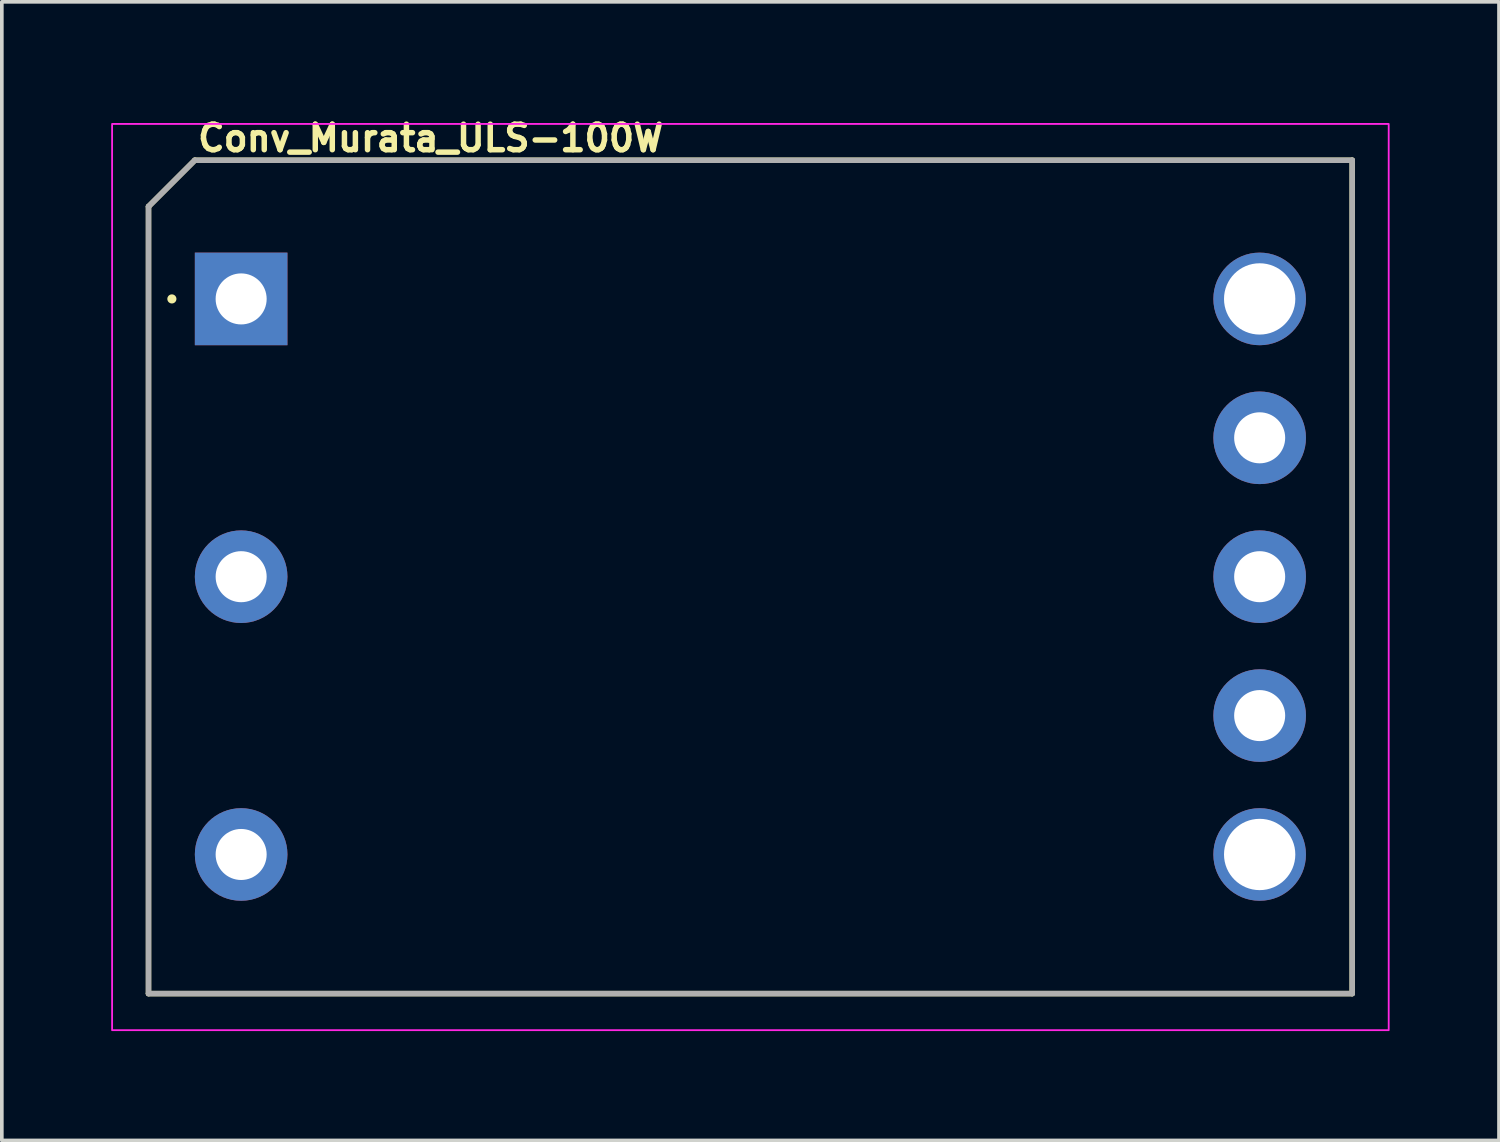
<source format=kicad_pcb>
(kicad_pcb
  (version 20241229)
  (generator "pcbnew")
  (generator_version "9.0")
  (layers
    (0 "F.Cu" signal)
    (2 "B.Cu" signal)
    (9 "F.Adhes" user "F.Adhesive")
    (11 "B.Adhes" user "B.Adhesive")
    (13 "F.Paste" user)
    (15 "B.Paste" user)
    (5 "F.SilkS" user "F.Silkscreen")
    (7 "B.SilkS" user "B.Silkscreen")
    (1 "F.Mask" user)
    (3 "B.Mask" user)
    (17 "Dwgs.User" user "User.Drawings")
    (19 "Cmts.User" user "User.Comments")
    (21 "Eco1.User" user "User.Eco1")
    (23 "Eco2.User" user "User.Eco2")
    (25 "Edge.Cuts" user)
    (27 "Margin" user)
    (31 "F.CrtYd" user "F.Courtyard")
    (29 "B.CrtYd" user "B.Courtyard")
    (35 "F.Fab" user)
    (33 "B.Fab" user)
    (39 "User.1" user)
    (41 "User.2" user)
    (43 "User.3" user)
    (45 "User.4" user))
  (footprint "Conv_Murata_ULS-100W"
    (layer "F.Cu")
    (at 3.565 5.15)
    (property "Reference" "Conv_Murata_ULS-100W" (at -1.265 -4 0) (layer "F.SilkS") (effects (font (size 0.7 0.7) (thickness 0.15)) (justify left bottom)))
    (attr through_hole)
    (fp_line (start -2.541 -2.534) (end -2.541 19.056) (stroke (width 0.15) (type default)) (layer "F.SilkS"))
    (fp_line (start -2.541 19.056) (end 30.479 19.056) (stroke (width 0.15) (type default)) (layer "F.SilkS"))
    (fp_line (start -1.271 -3.804) (end -2.541 -2.534) (stroke (width 0.15) (type default)) (layer "F.SilkS"))
    (fp_line (start -1.271 -3.804) (end 30.479 -3.804) (stroke (width 0.15) (type default)) (layer "F.SilkS"))
    (fp_line (start 30.479 -3.804) (end 30.479 19.056) (stroke (width 0.15) (type default)) (layer "F.SilkS"))
    (fp_circle (center -1.9 0) (end -1.85 0) (stroke (width 0.15) (type solid)) (fill yes) (layer "F.SilkS"))
    (fp_rect (start -3.54 -4.8) (end 31.48 20.06) (stroke (width 0.05) (type solid)) (fill no) (layer "F.CrtYd"))
    (fp_line (start -2.541 -2.534) (end -2.541 19.056) (stroke (width 0.15) (type default)) (layer "F.Fab"))
    (fp_line (start -2.541 19.056) (end 30.479 19.056) (stroke (width 0.15) (type default)) (layer "F.Fab"))
    (fp_line (start -1.271 -3.804) (end -2.541 -2.534) (stroke (width 0.15) (type default)) (layer "F.Fab"))
    (fp_line (start -1.271 -3.804) (end 30.479 -3.804) (stroke (width 0.15) (type default)) (layer "F.Fab"))
    (fp_line (start 30.479 -3.804) (end 30.479 19.056) (stroke (width 0.15) (type default)) (layer "F.Fab"))
    (fp_rect (start -2.541 -3.804) (end 30.479 19.056) (stroke (width 0.1) (type solid)) (fill no) (layer "User.5"))
    (fp_line (start -2.541 -2.534) (end -2.541 19.056) (stroke (width 0.02) (type solid)) (layer "User.9"))
    (fp_line (start -2.541 19.056) (end 30.479 19.056) (stroke (width 0.02) (type solid)) (layer "User.9"))
    (fp_line (start -2.128 3.715) (end -2.128 6.458) (stroke (width 0.02) (type solid)) (layer "User.9"))
    (fp_line (start -2.128 6.458) (end 1.872 6.458) (stroke (width 0.02) (type solid)) (layer "User.9"))
    (fp_line (start -2.079 6.763) (end -2.079 8.287) (stroke (width 0.02) (type solid)) (layer "User.9"))
    (fp_line (start -2.079 8.287) (end -1.479 8.287) (stroke (width 0.02) (type solid)) (layer "User.9"))
    (fp_line (start -2.001 8.668) (end -2.001 11.411) (stroke (width 0.02) (type solid)) (layer "User.9"))
    (fp_line (start -2.001 11.411) (end 1.999 11.411) (stroke (width 0.02) (type solid)) (layer "User.9"))
    (fp_line (start -2.001 11.589) (end -2.001 14.332) (stroke (width 0.02) (type solid)) (layer "User.9"))
    (fp_line (start -2.001 14.332) (end 1.999 14.332) (stroke (width 0.02) (type solid)) (layer "User.9"))
    (fp_line (start -1.479 6.763) (end -2.079 6.763) (stroke (width 0.02) (type solid)) (layer "User.9"))
    (fp_line (start -1.479 8.287) (end -1.479 6.763) (stroke (width 0.02) (type solid)) (layer "User.9"))
    (fp_line (start -1.271 -3.804) (end -2.541 -2.534) (stroke (width 0.02) (type solid)) (layer "User.9"))
    (fp_line (start -0.509 0.006) (end -0.505 -0.055) (stroke (width 0.02) (type solid)) (layer "User.9"))
    (fp_line (start -0.509 7.626) (end -0.505 7.565) (stroke (width 0.02) (type solid)) (layer "User.9"))
    (fp_line (start -0.509 15.246) (end -0.505 15.185) (stroke (width 0.02) (type solid)) (layer "User.9"))
    (fp_line (start -0.505 -0.055) (end -0.494 -0.115) (stroke (width 0.02) (type solid)) (layer "User.9"))
    (fp_line (start -0.505 0.067) (end -0.509 0.006) (stroke (width 0.02) (type solid)) (layer "User.9"))
    (fp_line (start -0.505 7.565) (end -0.494 7.505) (stroke (width 0.02) (type solid)) (layer "User.9"))
    (fp_line (start -0.505 7.687) (end -0.509 7.626) (stroke (width 0.02) (type solid)) (layer "User.9"))
    (fp_line (start -0.505 15.185) (end -0.494 15.125) (stroke (width 0.02) (type solid)) (layer "User.9"))
    (fp_line (start -0.505 15.307) (end -0.509 15.246) (stroke (width 0.02) (type solid)) (layer "User.9"))
    (fp_line (start -0.494 -0.115) (end -0.476 -0.174) (stroke (width 0.02) (type solid)) (layer "User.9"))
    (fp_line (start -0.494 0.128) (end -0.505 0.067) (stroke (width 0.02) (type solid)) (layer "User.9"))
    (fp_line (start -0.494 7.505) (end -0.476 7.446) (stroke (width 0.02) (type solid)) (layer "User.9"))
    (fp_line (start -0.494 7.748) (end -0.505 7.687) (stroke (width 0.02) (type solid)) (layer "User.9"))
    (fp_line (start -0.494 15.125) (end -0.476 15.066) (stroke (width 0.02) (type solid)) (layer "User.9"))
    (fp_line (start -0.494 15.368) (end -0.505 15.307) (stroke (width 0.02) (type solid)) (layer "User.9"))
    (fp_line (start -0.476 -0.174) (end -0.451 -0.23) (stroke (width 0.02) (type solid)) (layer "User.9"))
    (fp_line (start -0.476 0.186) (end -0.494 0.128) (stroke (width 0.02) (type solid)) (layer "User.9"))
    (fp_line (start -0.476 7.446) (end -0.451 7.39) (stroke (width 0.02) (type solid)) (layer "User.9"))
    (fp_line (start -0.476 7.806) (end -0.494 7.748) (stroke (width 0.02) (type solid)) (layer "User.9"))
    (fp_line (start -0.476 15.066) (end -0.451 15.01) (stroke (width 0.02) (type solid)) (layer "User.9"))
    (fp_line (start -0.476 15.426) (end -0.494 15.368) (stroke (width 0.02) (type solid)) (layer "User.9"))
    (fp_line (start -0.451 -0.23) (end -0.419 -0.282) (stroke (width 0.02) (type solid)) (layer "User.9"))
    (fp_line (start -0.451 0.242) (end -0.476 0.186) (stroke (width 0.02) (type solid)) (layer "User.9"))
    (fp_line (start -0.451 7.39) (end -0.419 7.338) (stroke (width 0.02) (type solid)) (layer "User.9"))
    (fp_line (start -0.451 7.862) (end -0.476 7.806) (stroke (width 0.02) (type solid)) (layer "User.9"))
    (fp_line (start -0.451 15.01) (end -0.419 14.958) (stroke (width 0.02) (type solid)) (layer "User.9"))
    (fp_line (start -0.451 15.482) (end -0.476 15.426) (stroke (width 0.02) (type solid)) (layer "User.9"))
    (fp_line (start -0.419 -0.282) (end -0.381 -0.331) (stroke (width 0.02) (type solid)) (layer "User.9"))
    (fp_line (start -0.419 0.295) (end -0.451 0.242) (stroke (width 0.02) (type solid)) (layer "User.9"))
    (fp_line (start -0.419 7.338) (end -0.381 7.289) (stroke (width 0.02) (type solid)) (layer "User.9"))
    (fp_line (start -0.419 7.915) (end -0.451 7.862) (stroke (width 0.02) (type solid)) (layer "User.9"))
    (fp_line (start -0.419 14.958) (end -0.381 14.909) (stroke (width 0.02) (type solid)) (layer "User.9"))
    (fp_line (start -0.419 15.535) (end -0.451 15.482) (stroke (width 0.02) (type solid)) (layer "User.9"))
    (fp_line (start -0.381 -0.331) (end -0.338 -0.374) (stroke (width 0.02) (type solid)) (layer "User.9"))
    (fp_line (start -0.381 0.343) (end -0.419 0.295) (stroke (width 0.02) (type solid)) (layer "User.9"))
    (fp_line (start -0.381 7.289) (end -0.338 7.246) (stroke (width 0.02) (type solid)) (layer "User.9"))
    (fp_line (start -0.381 7.963) (end -0.419 7.915) (stroke (width 0.02) (type solid)) (layer "User.9"))
    (fp_line (start -0.381 14.909) (end -0.338 14.866) (stroke (width 0.02) (type solid)) (layer "User.9"))
    (fp_line (start -0.381 15.583) (end -0.419 15.535) (stroke (width 0.02) (type solid)) (layer "User.9"))
    (fp_line (start -0.338 -0.374) (end -0.29 -0.412) (stroke (width 0.02) (type solid)) (layer "User.9"))
    (fp_line (start -0.338 0.386) (end -0.381 0.343) (stroke (width 0.02) (type solid)) (layer "User.9"))
    (fp_line (start -0.338 7.246) (end -0.29 7.208) (stroke (width 0.02) (type solid)) (layer "User.9"))
    (fp_line (start -0.338 8.006) (end -0.381 7.963) (stroke (width 0.02) (type solid)) (layer "User.9"))
    (fp_line (start -0.338 14.866) (end -0.29 14.828) (stroke (width 0.02) (type solid)) (layer "User.9"))
    (fp_line (start -0.338 15.626) (end -0.381 15.583) (stroke (width 0.02) (type solid)) (layer "User.9"))
    (fp_line (start -0.3 0.006) (end -0.297 -0.041) (stroke (width 0.02) (type solid)) (layer "User.9"))
    (fp_line (start -0.3 7.626) (end -0.297 7.579) (stroke (width 0.02) (type solid)) (layer "User.9"))
    (fp_line (start -0.3 15.246) (end -0.297 15.199) (stroke (width 0.02) (type solid)) (layer "User.9"))
    (fp_line (start -0.297 -0.041) (end -0.286 -0.086) (stroke (width 0.02) (type solid)) (layer "User.9"))
    (fp_line (start -0.297 0.053) (end -0.3 0.006) (stroke (width 0.02) (type solid)) (layer "User.9"))
    (fp_line (start -0.297 7.579) (end -0.286 7.534) (stroke (width 0.02) (type solid)) (layer "User.9"))
    (fp_line (start -0.297 7.673) (end -0.3 7.626) (stroke (width 0.02) (type solid)) (layer "User.9"))
    (fp_line (start -0.297 15.199) (end -0.286 15.154) (stroke (width 0.02) (type solid)) (layer "User.9"))
    (fp_line (start -0.297 15.293) (end -0.3 15.246) (stroke (width 0.02) (type solid)) (layer "User.9"))
    (fp_line (start -0.29 -0.412) (end -0.237 -0.444) (stroke (width 0.02) (type solid)) (layer "User.9"))
    (fp_line (start -0.29 0.424) (end -0.338 0.386) (stroke (width 0.02) (type solid)) (layer "User.9"))
    (fp_line (start -0.29 7.208) (end -0.237 7.176) (stroke (width 0.02) (type solid)) (layer "User.9"))
    (fp_line (start -0.29 8.044) (end -0.338 8.006) (stroke (width 0.02) (type solid)) (layer "User.9"))
    (fp_line (start -0.29 14.828) (end -0.237 14.796) (stroke (width 0.02) (type solid)) (layer "User.9"))
    (fp_line (start -0.29 15.664) (end -0.338 15.626) (stroke (width 0.02) (type solid)) (layer "User.9"))
    (fp_line (start -0.286 -0.086) (end -0.268 -0.13) (stroke (width 0.02) (type solid)) (layer "User.9"))
    (fp_line (start -0.286 0.099) (end -0.297 0.053) (stroke (width 0.02) (type solid)) (layer "User.9"))
    (fp_line (start -0.286 7.534) (end -0.268 7.49) (stroke (width 0.02) (type solid)) (layer "User.9"))
    (fp_line (start -0.286 7.719) (end -0.297 7.673) (stroke (width 0.02) (type solid)) (layer "User.9"))
    (fp_line (start -0.286 15.154) (end -0.268 15.11) (stroke (width 0.02) (type solid)) (layer "User.9"))
    (fp_line (start -0.286 15.339) (end -0.297 15.293) (stroke (width 0.02) (type solid)) (layer "User.9"))
    (fp_line (start -0.268 -0.13) (end -0.243 -0.17) (stroke (width 0.02) (type solid)) (layer "User.9"))
    (fp_line (start -0.268 0.142) (end -0.286 0.099) (stroke (width 0.02) (type solid)) (layer "User.9"))
    (fp_line (start -0.268 7.49) (end -0.243 7.45) (stroke (width 0.02) (type solid)) (layer "User.9"))
    (fp_line (start -0.268 7.762) (end -0.286 7.719) (stroke (width 0.02) (type solid)) (layer "User.9"))
    (fp_line (start -0.268 15.11) (end -0.243 15.07) (stroke (width 0.02) (type solid)) (layer "User.9"))
    (fp_line (start -0.268 15.382) (end -0.286 15.339) (stroke (width 0.02) (type solid)) (layer "User.9"))
    (fp_line (start -0.243 -0.17) (end -0.213 -0.205) (stroke (width 0.02) (type solid)) (layer "User.9"))
    (fp_line (start -0.243 0.182) (end -0.268 0.142) (stroke (width 0.02) (type solid)) (layer "User.9"))
    (fp_line (start -0.243 7.45) (end -0.213 7.415) (stroke (width 0.02) (type solid)) (layer "User.9"))
    (fp_line (start -0.243 7.802) (end -0.268 7.762) (stroke (width 0.02) (type solid)) (layer "User.9"))
    (fp_line (start -0.243 15.07) (end -0.213 15.035) (stroke (width 0.02) (type solid)) (layer "User.9"))
    (fp_line (start -0.243 15.422) (end -0.268 15.382) (stroke (width 0.02) (type solid)) (layer "User.9"))
    (fp_line (start -0.237 -0.444) (end -0.181 -0.469) (stroke (width 0.02) (type solid)) (layer "User.9"))
    (fp_line (start -0.237 0.456) (end -0.29 0.424) (stroke (width 0.02) (type solid)) (layer "User.9"))
    (fp_line (start -0.237 7.176) (end -0.181 7.151) (stroke (width 0.02) (type solid)) (layer "User.9"))
    (fp_line (start -0.237 8.076) (end -0.29 8.044) (stroke (width 0.02) (type solid)) (layer "User.9"))
    (fp_line (start -0.237 14.796) (end -0.181 14.771) (stroke (width 0.02) (type solid)) (layer "User.9"))
    (fp_line (start -0.237 15.696) (end -0.29 15.664) (stroke (width 0.02) (type solid)) (layer "User.9"))
    (fp_line (start -0.213 -0.205) (end -0.177 -0.236) (stroke (width 0.02) (type solid)) (layer "User.9"))
    (fp_line (start -0.213 0.218) (end -0.243 0.182) (stroke (width 0.02) (type solid)) (layer "User.9"))
    (fp_line (start -0.213 7.415) (end -0.177 7.384) (stroke (width 0.02) (type solid)) (layer "User.9"))
    (fp_line (start -0.213 7.838) (end -0.243 7.802) (stroke (width 0.02) (type solid)) (layer "User.9"))
    (fp_line (start -0.213 15.035) (end -0.177 15.004) (stroke (width 0.02) (type solid)) (layer "User.9"))
    (fp_line (start -0.213 15.458) (end -0.243 15.422) (stroke (width 0.02) (type solid)) (layer "User.9"))
    (fp_line (start -0.181 -0.469) (end -0.123 -0.487) (stroke (width 0.02) (type solid)) (layer "User.9"))
    (fp_line (start -0.181 0.481) (end -0.237 0.456) (stroke (width 0.02) (type solid)) (layer "User.9"))
    (fp_line (start -0.181 7.151) (end -0.123 7.133) (stroke (width 0.02) (type solid)) (layer "User.9"))
    (fp_line (start -0.181 8.101) (end -0.237 8.076) (stroke (width 0.02) (type solid)) (layer "User.9"))
    (fp_line (start -0.181 14.771) (end -0.123 14.753) (stroke (width 0.02) (type solid)) (layer "User.9"))
    (fp_line (start -0.181 15.721) (end -0.237 15.696) (stroke (width 0.02) (type solid)) (layer "User.9"))
    (fp_line (start -0.177 -0.236) (end -0.137 -0.26) (stroke (width 0.02) (type solid)) (layer "User.9"))
    (fp_line (start -0.177 0.248) (end -0.213 0.218) (stroke (width 0.02) (type solid)) (layer "User.9"))
    (fp_line (start -0.177 7.384) (end -0.137 7.36) (stroke (width 0.02) (type solid)) (layer "User.9"))
    (fp_line (start -0.177 7.868) (end -0.213 7.838) (stroke (width 0.02) (type solid)) (layer "User.9"))
    (fp_line (start -0.177 15.004) (end -0.137 14.98) (stroke (width 0.02) (type solid)) (layer "User.9"))
    (fp_line (start -0.177 15.488) (end -0.213 15.458) (stroke (width 0.02) (type solid)) (layer "User.9"))
    (fp_line (start -0.137 -0.26) (end -0.094 -0.278) (stroke (width 0.02) (type solid)) (layer "User.9"))
    (fp_line (start -0.137 0.273) (end -0.177 0.248) (stroke (width 0.02) (type solid)) (layer "User.9"))
    (fp_line (start -0.137 7.36) (end -0.094 7.342) (stroke (width 0.02) (type solid)) (layer "User.9"))
    (fp_line (start -0.137 7.893) (end -0.177 7.868) (stroke (width 0.02) (type solid)) (layer "User.9"))
    (fp_line (start -0.137 14.98) (end -0.094 14.962) (stroke (width 0.02) (type solid)) (layer "User.9"))
    (fp_line (start -0.137 15.513) (end -0.177 15.488) (stroke (width 0.02) (type solid)) (layer "User.9"))
    (fp_line (start -0.128 17.05) (end -0.128 18.777) (stroke (width 0.02) (type solid)) (layer "User.9"))
    (fp_line (start -0.128 18.777) (end 3.936 18.777) (stroke (width 0.02) (type solid)) (layer "User.9"))
    (fp_line (start -0.123 -0.487) (end -0.062 -0.498) (stroke (width 0.02) (type solid)) (layer "User.9"))
    (fp_line (start -0.123 0.499) (end -0.181 0.481) (stroke (width 0.02) (type solid)) (layer "User.9"))
    (fp_line (start -0.123 7.133) (end -0.062 7.122) (stroke (width 0.02) (type solid)) (layer "User.9"))
    (fp_line (start -0.123 8.119) (end -0.181 8.101) (stroke (width 0.02) (type solid)) (layer "User.9"))
    (fp_line (start -0.123 14.753) (end -0.062 14.742) (stroke (width 0.02) (type solid)) (layer "User.9"))
    (fp_line (start -0.123 15.739) (end -0.181 15.721) (stroke (width 0.02) (type solid)) (layer "User.9"))
    (fp_line (start -0.094 -0.278) (end -0.048 -0.289) (stroke (width 0.02) (type solid)) (layer "User.9"))
    (fp_line (start -0.094 0.291) (end -0.137 0.273) (stroke (width 0.02) (type solid)) (layer "User.9"))
    (fp_line (start -0.094 7.342) (end -0.048 7.331) (stroke (width 0.02) (type solid)) (layer "User.9"))
    (fp_line (start -0.094 7.911) (end -0.137 7.893) (stroke (width 0.02) (type solid)) (layer "User.9"))
    (fp_line (start -0.094 14.962) (end -0.048 14.951) (stroke (width 0.02) (type solid)) (layer "User.9"))
    (fp_line (start -0.094 15.531) (end -0.137 15.513) (stroke (width 0.02) (type solid)) (layer "User.9"))
    (fp_line (start -0.062 -0.498) (end -0.001 -0.502) (stroke (width 0.02) (type solid)) (layer "User.9"))
    (fp_line (start -0.062 0.51) (end -0.123 0.499) (stroke (width 0.02) (type solid)) (layer "User.9"))
    (fp_line (start -0.062 7.122) (end -0.001 7.118) (stroke (width 0.02) (type solid)) (layer "User.9"))
    (fp_line (start -0.062 8.13) (end -0.123 8.119) (stroke (width 0.02) (type solid)) (layer "User.9"))
    (fp_line (start -0.062 14.742) (end -0.001 14.738) (stroke (width 0.02) (type solid)) (layer "User.9"))
    (fp_line (start -0.062 15.75) (end -0.123 15.739) (stroke (width 0.02) (type solid)) (layer "User.9"))
    (fp_line (start -0.048 -0.289) (end -0.001 -0.293) (stroke (width 0.02) (type solid)) (layer "User.9"))
    (fp_line (start -0.048 0.302) (end -0.094 0.291) (stroke (width 0.02) (type solid)) (layer "User.9"))
    (fp_line (start -0.048 7.331) (end -0.001 7.327) (stroke (width 0.02) (type solid)) (layer "User.9"))
    (fp_line (start -0.048 7.922) (end -0.094 7.911) (stroke (width 0.02) (type solid)) (layer "User.9"))
    (fp_line (start -0.048 14.951) (end -0.001 14.947) (stroke (width 0.02) (type solid)) (layer "User.9"))
    (fp_line (start -0.048 15.542) (end -0.094 15.531) (stroke (width 0.02) (type solid)) (layer "User.9"))
    (fp_line (start -0.001 -0.502) (end 0.06 -0.498) (stroke (width 0.02) (type solid)) (layer "User.9"))
    (fp_line (start -0.001 -0.293) (end 0.046 -0.289) (stroke (width 0.02) (type solid)) (layer "User.9"))
    (fp_line (start -0.001 0.305) (end -0.048 0.302) (stroke (width 0.02) (type solid)) (layer "User.9"))
    (fp_line (start -0.001 0.514) (end -0.062 0.51) (stroke (width 0.02) (type solid)) (layer "User.9"))
    (fp_line (start -0.001 7.118) (end 0.06 7.122) (stroke (width 0.02) (type solid)) (layer "User.9"))
    (fp_line (start -0.001 7.327) (end 0.046 7.331) (stroke (width 0.02) (type solid)) (layer "User.9"))
    (fp_line (start -0.001 7.925) (end -0.048 7.922) (stroke (width 0.02) (type solid)) (layer "User.9"))
    (fp_line (start -0.001 8.134) (end -0.062 8.13) (stroke (width 0.02) (type solid)) (layer "User.9"))
    (fp_line (start -0.001 14.738) (end 0.06 14.742) (stroke (width 0.02) (type solid)) (layer "User.9"))
    (fp_line (start -0.001 14.947) (end 0.046 14.951) (stroke (width 0.02) (type solid)) (layer "User.9"))
    (fp_line (start -0.001 15.545) (end -0.048 15.542) (stroke (width 0.02) (type solid)) (layer "User.9"))
    (fp_line (start -0.001 15.754) (end -0.062 15.75) (stroke (width 0.02) (type solid)) (layer "User.9"))
    (fp_line (start 0.046 -0.289) (end 0.091 -0.278) (stroke (width 0.02) (type solid)) (layer "User.9"))
    (fp_line (start 0.046 0.302) (end -0.001 0.305) (stroke (width 0.02) (type solid)) (layer "User.9"))
    (fp_line (start 0.046 7.331) (end 0.091 7.342) (stroke (width 0.02) (type solid)) (layer "User.9"))
    (fp_line (start 0.046 7.922) (end -0.001 7.925) (stroke (width 0.02) (type solid)) (layer "User.9"))
    (fp_line (start 0.046 14.951) (end 0.091 14.962) (stroke (width 0.02) (type solid)) (layer "User.9"))
    (fp_line (start 0.046 15.542) (end -0.001 15.545) (stroke (width 0.02) (type solid)) (layer "User.9"))
    (fp_line (start 0.06 -0.498) (end 0.121 -0.487) (stroke (width 0.02) (type solid)) (layer "User.9"))
    (fp_line (start 0.06 0.51) (end -0.001 0.514) (stroke (width 0.02) (type solid)) (layer "User.9"))
    (fp_line (start 0.06 7.122) (end 0.121 7.133) (stroke (width 0.02) (type solid)) (layer "User.9"))
    (fp_line (start 0.06 8.13) (end -0.001 8.134) (stroke (width 0.02) (type solid)) (layer "User.9"))
    (fp_line (start 0.06 14.742) (end 0.121 14.753) (stroke (width 0.02) (type solid)) (layer "User.9"))
    (fp_line (start 0.06 15.75) (end -0.001 15.754) (stroke (width 0.02) (type solid)) (layer "User.9"))
    (fp_line (start 0.091 -0.278) (end 0.135 -0.26) (stroke (width 0.02) (type solid)) (layer "User.9"))
    (fp_line (start 0.091 0.291) (end 0.046 0.302) (stroke (width 0.02) (type solid)) (layer "User.9"))
    (fp_line (start 0.091 7.342) (end 0.135 7.36) (stroke (width 0.02) (type solid)) (layer "User.9"))
    (fp_line (start 0.091 7.911) (end 0.046 7.922) (stroke (width 0.02) (type solid)) (layer "User.9"))
    (fp_line (start 0.091 14.962) (end 0.135 14.98) (stroke (width 0.02) (type solid)) (layer "User.9"))
    (fp_line (start 0.091 15.531) (end 0.046 15.542) (stroke (width 0.02) (type solid)) (layer "User.9"))
    (fp_line (start 0.121 -0.487) (end 0.179 -0.469) (stroke (width 0.02) (type solid)) (layer "User.9"))
    (fp_line (start 0.121 0.499) (end 0.06 0.51) (stroke (width 0.02) (type solid)) (layer "User.9"))
    (fp_line (start 0.121 7.133) (end 0.179 7.151) (stroke (width 0.02) (type solid)) (layer "User.9"))
    (fp_line (start 0.121 8.119) (end 0.06 8.13) (stroke (width 0.02) (type solid)) (layer "User.9"))
    (fp_line (start 0.121 14.753) (end 0.179 14.771) (stroke (width 0.02) (type solid)) (layer "User.9"))
    (fp_line (start 0.121 15.739) (end 0.06 15.75) (stroke (width 0.02) (type solid)) (layer "User.9"))
    (fp_line (start 0.135 -0.26) (end 0.175 -0.236) (stroke (width 0.02) (type solid)) (layer "User.9"))
    (fp_line (start 0.135 0.273) (end 0.091 0.291) (stroke (width 0.02) (type solid)) (layer "User.9"))
    (fp_line (start 0.135 7.36) (end 0.175 7.384) (stroke (width 0.02) (type solid)) (layer "User.9"))
    (fp_line (start 0.135 7.893) (end 0.091 7.911) (stroke (width 0.02) (type solid)) (layer "User.9"))
    (fp_line (start 0.135 14.98) (end 0.175 15.004) (stroke (width 0.02) (type solid)) (layer "User.9"))
    (fp_line (start 0.135 15.513) (end 0.091 15.531) (stroke (width 0.02) (type solid)) (layer "User.9"))
    (fp_line (start 0.175 -0.236) (end 0.211 -0.205) (stroke (width 0.02) (type solid)) (layer "User.9"))
    (fp_line (start 0.175 0.248) (end 0.135 0.273) (stroke (width 0.02) (type solid)) (layer "User.9"))
    (fp_line (start 0.175 7.384) (end 0.211 7.415) (stroke (width 0.02) (type solid)) (layer "User.9"))
    (fp_line (start 0.175 7.868) (end 0.135 7.893) (stroke (width 0.02) (type solid)) (layer "User.9"))
    (fp_line (start 0.175 15.004) (end 0.211 15.035) (stroke (width 0.02) (type solid)) (layer "User.9"))
    (fp_line (start 0.175 15.488) (end 0.135 15.513) (stroke (width 0.02) (type solid)) (layer "User.9"))
    (fp_line (start 0.179 -0.469) (end 0.235 -0.444) (stroke (width 0.02) (type solid)) (layer "User.9"))
    (fp_line (start 0.179 0.481) (end 0.121 0.499) (stroke (width 0.02) (type solid)) (layer "User.9"))
    (fp_line (start 0.179 7.151) (end 0.235 7.176) (stroke (width 0.02) (type solid)) (layer "User.9"))
    (fp_line (start 0.179 8.101) (end 0.121 8.119) (stroke (width 0.02) (type solid)) (layer "User.9"))
    (fp_line (start 0.179 14.771) (end 0.235 14.796) (stroke (width 0.02) (type solid)) (layer "User.9"))
    (fp_line (start 0.179 15.721) (end 0.121 15.739) (stroke (width 0.02) (type solid)) (layer "User.9"))
    (fp_line (start 0.211 -0.205) (end 0.241 -0.17) (stroke (width 0.02) (type solid)) (layer "User.9"))
    (fp_line (start 0.211 0.218) (end 0.175 0.248) (stroke (width 0.02) (type solid)) (layer "User.9"))
    (fp_line (start 0.211 7.415) (end 0.241 7.45) (stroke (width 0.02) (type solid)) (layer "User.9"))
    (fp_line (start 0.211 7.838) (end 0.175 7.868) (stroke (width 0.02) (type solid)) (layer "User.9"))
    (fp_line (start 0.211 15.035) (end 0.241 15.07) (stroke (width 0.02) (type solid)) (layer "User.9"))
    (fp_line (start 0.211 15.458) (end 0.175 15.488) (stroke (width 0.02) (type solid)) (layer "User.9"))
    (fp_line (start 0.235 -0.444) (end 0.288 -0.412) (stroke (width 0.02) (type solid)) (layer "User.9"))
    (fp_line (start 0.235 0.456) (end 0.179 0.481) (stroke (width 0.02) (type solid)) (layer "User.9"))
    (fp_line (start 0.235 7.176) (end 0.288 7.208) (stroke (width 0.02) (type solid)) (layer "User.9"))
    (fp_line (start 0.235 8.076) (end 0.179 8.101) (stroke (width 0.02) (type solid)) (layer "User.9"))
    (fp_line (start 0.235 14.796) (end 0.288 14.828) (stroke (width 0.02) (type solid)) (layer "User.9"))
    (fp_line (start 0.235 15.696) (end 0.179 15.721) (stroke (width 0.02) (type solid)) (layer "User.9"))
    (fp_line (start 0.241 -0.17) (end 0.266 -0.13) (stroke (width 0.02) (type solid)) (layer "User.9"))
    (fp_line (start 0.241 0.182) (end 0.211 0.218) (stroke (width 0.02) (type solid)) (layer "User.9"))
    (fp_line (start 0.241 7.45) (end 0.266 7.49) (stroke (width 0.02) (type solid)) (layer "User.9"))
    (fp_line (start 0.241 7.802) (end 0.211 7.838) (stroke (width 0.02) (type solid)) (layer "User.9"))
    (fp_line (start 0.241 15.07) (end 0.266 15.11) (stroke (width 0.02) (type solid)) (layer "User.9"))
    (fp_line (start 0.241 15.422) (end 0.211 15.458) (stroke (width 0.02) (type solid)) (layer "User.9"))
    (fp_line (start 0.266 -0.13) (end 0.284 -0.086) (stroke (width 0.02) (type solid)) (layer "User.9"))
    (fp_line (start 0.266 0.142) (end 0.241 0.182) (stroke (width 0.02) (type solid)) (layer "User.9"))
    (fp_line (start 0.266 7.49) (end 0.284 7.534) (stroke (width 0.02) (type solid)) (layer "User.9"))
    (fp_line (start 0.266 7.762) (end 0.241 7.802) (stroke (width 0.02) (type solid)) (layer "User.9"))
    (fp_line (start 0.266 15.11) (end 0.284 15.154) (stroke (width 0.02) (type solid)) (layer "User.9"))
    (fp_line (start 0.266 15.382) (end 0.241 15.422) (stroke (width 0.02) (type solid)) (layer "User.9"))
    (fp_line (start 0.284 -0.086) (end 0.295 -0.041) (stroke (width 0.02) (type solid)) (layer "User.9"))
    (fp_line (start 0.284 0.099) (end 0.266 0.142) (stroke (width 0.02) (type solid)) (layer "User.9"))
    (fp_line (start 0.284 7.534) (end 0.295 7.579) (stroke (width 0.02) (type solid)) (layer "User.9"))
    (fp_line (start 0.284 7.719) (end 0.266 7.762) (stroke (width 0.02) (type solid)) (layer "User.9"))
    (fp_line (start 0.284 15.154) (end 0.295 15.199) (stroke (width 0.02) (type solid)) (layer "User.9"))
    (fp_line (start 0.284 15.339) (end 0.266 15.382) (stroke (width 0.02) (type solid)) (layer "User.9"))
    (fp_line (start 0.288 -0.412) (end 0.336 -0.374) (stroke (width 0.02) (type solid)) (layer "User.9"))
    (fp_line (start 0.288 0.424) (end 0.235 0.456) (stroke (width 0.02) (type solid)) (layer "User.9"))
    (fp_line (start 0.288 7.208) (end 0.336 7.246) (stroke (width 0.02) (type solid)) (layer "User.9"))
    (fp_line (start 0.288 8.044) (end 0.235 8.076) (stroke (width 0.02) (type solid)) (layer "User.9"))
    (fp_line (start 0.288 14.828) (end 0.336 14.866) (stroke (width 0.02) (type solid)) (layer "User.9"))
    (fp_line (start 0.288 15.664) (end 0.235 15.696) (stroke (width 0.02) (type solid)) (layer "User.9"))
    (fp_line (start 0.295 -0.041) (end 0.298 0.006) (stroke (width 0.02) (type solid)) (layer "User.9"))
    (fp_line (start 0.295 0.053) (end 0.284 0.099) (stroke (width 0.02) (type solid)) (layer "User.9"))
    (fp_line (start 0.295 7.579) (end 0.298 7.626) (stroke (width 0.02) (type solid)) (layer "User.9"))
    (fp_line (start 0.295 7.673) (end 0.284 7.719) (stroke (width 0.02) (type solid)) (layer "User.9"))
    (fp_line (start 0.295 15.199) (end 0.298 15.246) (stroke (width 0.02) (type solid)) (layer "User.9"))
    (fp_line (start 0.295 15.293) (end 0.284 15.339) (stroke (width 0.02) (type solid)) (layer "User.9"))
    (fp_line (start 0.298 0.006) (end 0.295 0.053) (stroke (width 0.02) (type solid)) (layer "User.9"))
    (fp_line (start 0.298 7.626) (end 0.295 7.673) (stroke (width 0.02) (type solid)) (layer "User.9"))
    (fp_line (start 0.298 15.246) (end 0.295 15.293) (stroke (width 0.02) (type solid)) (layer "User.9"))
    (fp_line (start 0.336 -0.374) (end 0.379 -0.331) (stroke (width 0.02) (type solid)) (layer "User.9"))
    (fp_line (start 0.336 0.386) (end 0.288 0.424) (stroke (width 0.02) (type solid)) (layer "User.9"))
    (fp_line (start 0.336 7.246) (end 0.379 7.289) (stroke (width 0.02) (type solid)) (layer "User.9"))
    (fp_line (start 0.336 8.006) (end 0.288 8.044) (stroke (width 0.02) (type solid)) (layer "User.9"))
    (fp_line (start 0.336 14.866) (end 0.379 14.909) (stroke (width 0.02) (type solid)) (layer "User.9"))
    (fp_line (start 0.336 15.626) (end 0.288 15.664) (stroke (width 0.02) (type solid)) (layer "User.9"))
    (fp_line (start 0.379 -0.331) (end 0.417 -0.282) (stroke (width 0.02) (type solid)) (layer "User.9"))
    (fp_line (start 0.379 0.343) (end 0.336 0.386) (stroke (width 0.02) (type solid)) (layer "User.9"))
    (fp_line (start 0.379 7.289) (end 0.417 7.338) (stroke (width 0.02) (type solid)) (layer "User.9"))
    (fp_line (start 0.379 7.963) (end 0.336 8.006) (stroke (width 0.02) (type solid)) (layer "User.9"))
    (fp_line (start 0.379 14.909) (end 0.417 14.958) (stroke (width 0.02) (type solid)) (layer "User.9"))
    (fp_line (start 0.379 15.583) (end 0.336 15.626) (stroke (width 0.02) (type solid)) (layer "User.9"))
    (fp_line (start 0.417 -0.282) (end 0.449 -0.23) (stroke (width 0.02) (type solid)) (layer "User.9"))
    (fp_line (start 0.417 0.295) (end 0.379 0.343) (stroke (width 0.02) (type solid)) (layer "User.9"))
    (fp_line (start 0.417 7.338) (end 0.449 7.39) (stroke (width 0.02) (type solid)) (layer "User.9"))
    (fp_line (start 0.417 7.915) (end 0.379 7.963) (stroke (width 0.02) (type solid)) (layer "User.9"))
    (fp_line (start 0.417 14.958) (end 0.449 15.01) (stroke (width 0.02) (type solid)) (layer "User.9"))
    (fp_line (start 0.417 15.535) (end 0.379 15.583) (stroke (width 0.02) (type solid)) (layer "User.9"))
    (fp_line (start 0.449 -0.23) (end 0.474 -0.174) (stroke (width 0.02) (type solid)) (layer "User.9"))
    (fp_line (start 0.449 0.242) (end 0.417 0.295) (stroke (width 0.02) (type solid)) (layer "User.9"))
    (fp_line (start 0.449 7.39) (end 0.474 7.446) (stroke (width 0.02) (type solid)) (layer "User.9"))
    (fp_line (start 0.449 7.862) (end 0.417 7.915) (stroke (width 0.02) (type solid)) (layer "User.9"))
    (fp_line (start 0.449 15.01) (end 0.474 15.066) (stroke (width 0.02) (type solid)) (layer "User.9"))
    (fp_line (start 0.449 15.482) (end 0.417 15.535) (stroke (width 0.02) (type solid)) (layer "User.9"))
    (fp_line (start 0.474 -0.174) (end 0.492 -0.115) (stroke (width 0.02) (type solid)) (layer "User.9"))
    (fp_line (start 0.474 0.186) (end 0.449 0.242) (stroke (width 0.02) (type solid)) (layer "User.9"))
    (fp_line (start 0.474 7.446) (end 0.492 7.505) (stroke (width 0.02) (type solid)) (layer "User.9"))
    (fp_line (start 0.474 7.806) (end 0.449 7.862) (stroke (width 0.02) (type solid)) (layer "User.9"))
    (fp_line (start 0.474 15.066) (end 0.492 15.125) (stroke (width 0.02) (type solid)) (layer "User.9"))
    (fp_line (start 0.474 15.426) (end 0.449 15.482) (stroke (width 0.02) (type solid)) (layer "User.9"))
    (fp_line (start 0.492 -0.115) (end 0.503 -0.055) (stroke (width 0.02) (type solid)) (layer "User.9"))
    (fp_line (start 0.492 0.128) (end 0.474 0.186) (stroke (width 0.02) (type solid)) (layer "User.9"))
    (fp_line (start 0.492 7.505) (end 0.503 7.565) (stroke (width 0.02) (type solid)) (layer "User.9"))
    (fp_line (start 0.492 7.748) (end 0.474 7.806) (stroke (width 0.02) (type solid)) (layer "User.9"))
    (fp_line (start 0.492 15.125) (end 0.503 15.185) (stroke (width 0.02) (type solid)) (layer "User.9"))
    (fp_line (start 0.492 15.368) (end 0.474 15.426) (stroke (width 0.02) (type solid)) (layer "User.9"))
    (fp_line (start 0.503 -0.055) (end 0.507 0.006) (stroke (width 0.02) (type solid)) (layer "User.9"))
    (fp_line (start 0.503 0.067) (end 0.492 0.128) (stroke (width 0.02) (type solid)) (layer "User.9"))
    (fp_line (start 0.503 7.565) (end 0.507 7.626) (stroke (width 0.02) (type solid)) (layer "User.9"))
    (fp_line (start 0.503 7.687) (end 0.492 7.748) (stroke (width 0.02) (type solid)) (layer "User.9"))
    (fp_line (start 0.503 15.185) (end 0.507 15.246) (stroke (width 0.02) (type solid)) (layer "User.9"))
    (fp_line (start 0.503 15.307) (end 0.492 15.368) (stroke (width 0.02) (type solid)) (layer "User.9"))
    (fp_line (start 0.507 0.006) (end 0.503 0.067) (stroke (width 0.02) (type solid)) (layer "User.9"))
    (fp_line (start 0.507 7.626) (end 0.503 7.687) (stroke (width 0.02) (type solid)) (layer "User.9"))
    (fp_line (start 0.507 15.246) (end 0.503 15.307) (stroke (width 0.02) (type solid)) (layer "User.9"))
    (fp_line (start 1.078 14.637) (end 1.078 16.77) (stroke (width 0.02) (type solid)) (layer "User.9"))
    (fp_line (start 1.078 16.77) (end 2.069 16.77) (stroke (width 0.02) (type solid)) (layer "User.9"))
    (fp_line (start 1.409 -3.804) (end -1.271 -3.804) (stroke (width 0.02) (type solid)) (layer "User.9"))
    (fp_line (start 1.409 -0.565) (end 1.409 -3.804) (stroke (width 0.02) (type solid)) (layer "User.9"))
    (fp_line (start 1.412 -0.492) (end 1.409 -0.565) (stroke (width 0.02) (type solid)) (layer "User.9"))
    (fp_line (start 1.422 -0.418) (end 1.412 -0.492) (stroke (width 0.02) (type solid)) (layer "User.9"))
    (fp_line (start 1.439 -0.346) (end 1.422 -0.418) (stroke (width 0.02) (type solid)) (layer "User.9"))
    (fp_line (start 1.462 -0.276) (end 1.439 -0.346) (stroke (width 0.02) (type solid)) (layer "User.9"))
    (fp_line (start 1.491 -0.209) (end 1.462 -0.276) (stroke (width 0.02) (type solid)) (layer "User.9"))
    (fp_line (start 1.527 -0.144) (end 1.491 -0.209) (stroke (width 0.02) (type solid)) (layer "User.9"))
    (fp_line (start 1.568 -0.082) (end 1.527 -0.144) (stroke (width 0.02) (type solid)) (layer "User.9"))
    (fp_line (start 1.614 -0.025) (end 1.568 -0.082) (stroke (width 0.02) (type solid)) (layer "User.9"))
    (fp_line (start 1.666 0.028) (end 1.614 -0.025) (stroke (width 0.02) (type solid)) (layer "User.9"))
    (fp_line (start 1.722 -2.902) (end 1.722 -0.708) (stroke (width 0.02) (type solid)) (layer "User.9"))
    (fp_line (start 1.722 -2.902) (end 1.722 1.748) (stroke (width 0.02) (type solid)) (layer "User.9"))
    (fp_line (start 1.722 -2.902) (end 1.726 -2.962) (stroke (width 0.02) (type solid)) (layer "User.9"))
    (fp_line (start 1.722 0.076) (end 1.666 0.028) (stroke (width 0.02) (type solid)) (layer "User.9"))
    (fp_line (start 1.722 1.748) (end 3.735 6.833) (stroke (width 0.02) (type solid)) (layer "User.9"))
    (fp_line (start 1.726 -2.962) (end 1.736 -3.021) (stroke (width 0.02) (type solid)) (layer "User.9"))
    (fp_line (start 1.736 -3.021) (end 1.754 -3.079) (stroke (width 0.02) (type solid)) (layer "User.9"))
    (fp_line (start 1.754 -3.079) (end 1.779 -3.134) (stroke (width 0.02) (type solid)) (layer "User.9"))
    (fp_line (start 1.779 -3.134) (end 1.81 -3.186) (stroke (width 0.02) (type solid)) (layer "User.9"))
    (fp_line (start 1.81 -3.186) (end 1.848 -3.233) (stroke (width 0.02) (type solid)) (layer "User.9"))
    (fp_line (start 1.848 -3.233) (end 1.89 -3.276) (stroke (width 0.02) (type solid)) (layer "User.9"))
    (fp_line (start 1.872 3.715) (end -2.128 3.715) (stroke (width 0.02) (type solid)) (layer "User.9"))
    (fp_line (start 1.872 6.458) (end 1.872 3.715) (stroke (width 0.02) (type solid)) (layer "User.9"))
    (fp_line (start 1.89 -3.276) (end 1.938 -3.313) (stroke (width 0.02) (type solid)) (layer "User.9"))
    (fp_line (start 1.938 -3.313) (end 1.99 -3.345) (stroke (width 0.02) (type solid)) (layer "User.9"))
    (fp_line (start 1.99 -3.345) (end 2.045 -3.369) (stroke (width 0.02) (type solid)) (layer "User.9"))
    (fp_line (start 1.999 8.668) (end -2.001 8.668) (stroke (width 0.02) (type solid)) (layer "User.9"))
    (fp_line (start 1.999 11.411) (end 1.999 8.668) (stroke (width 0.02) (type solid)) (layer "User.9"))
    (fp_line (start 1.999 11.589) (end -2.001 11.589) (stroke (width 0.02) (type solid)) (layer "User.9"))
    (fp_line (start 1.999 14.332) (end 1.999 11.589) (stroke (width 0.02) (type solid)) (layer "User.9"))
    (fp_line (start 2.045 -3.369) (end 2.102 -3.387) (stroke (width 0.02) (type solid)) (layer "User.9"))
    (fp_line (start 2.069 14.637) (end 1.078 14.637) (stroke (width 0.02) (type solid)) (layer "User.9"))
    (fp_line (start 2.069 16.77) (end 2.069 14.637) (stroke (width 0.02) (type solid)) (layer "User.9"))
    (fp_line (start 2.102 -3.387) (end 2.162 -3.398) (stroke (width 0.02) (type solid)) (layer "User.9"))
    (fp_line (start 2.162 -3.398) (end 2.222 -3.402) (stroke (width 0.02) (type solid)) (layer "User.9"))
    (fp_line (start 2.468 15.043) (end 2.468 16.567) (stroke (width 0.02) (type solid)) (layer "User.9"))
    (fp_line (start 2.468 16.567) (end 3.068 16.567) (stroke (width 0.02) (type solid)) (layer "User.9"))
    (fp_line (start 3.068 15.043) (end 2.468 15.043) (stroke (width 0.02) (type solid)) (layer "User.9"))
    (fp_line (start 3.068 16.567) (end 3.068 15.043) (stroke (width 0.02) (type solid)) (layer "User.9"))
    (fp_line (start 3.255 12.706) (end 3.255 14.23) (stroke (width 0.02) (type solid)) (layer "User.9"))
    (fp_line (start 3.255 14.23) (end 3.855 14.23) (stroke (width 0.02) (type solid)) (layer "User.9"))
    (fp_line (start 3.365 5.898) (end 3.735 6.833) (stroke (width 0.02) (type solid)) (layer "User.9"))
    (fp_line (start 3.371 6.049) (end 3.365 5.898) (stroke (width 0.02) (type solid)) (layer "User.9"))
    (fp_line (start 3.386 6.198) (end 3.371 6.049) (stroke (width 0.02) (type solid)) (layer "User.9"))
    (fp_line (start 3.408 6.347) (end 3.386 6.198) (stroke (width 0.02) (type solid)) (layer "User.9"))
    (fp_line (start 3.439 6.495) (end 3.408 6.347) (stroke (width 0.02) (type solid)) (layer "User.9"))
    (fp_line (start 3.476 6.64) (end 3.439 6.495) (stroke (width 0.02) (type solid)) (layer "User.9"))
    (fp_line (start 3.522 6.784) (end 3.476 6.64) (stroke (width 0.02) (type solid)) (layer "User.9"))
    (fp_line (start 3.575 6.924) (end 3.522 6.784) (stroke (width 0.02) (type solid)) (layer "User.9"))
    (fp_line (start 3.635 7.062) (end 3.575 6.924) (stroke (width 0.02) (type solid)) (layer "User.9"))
    (fp_line (start 3.703 7.197) (end 3.635 7.062) (stroke (width 0.02) (type solid)) (layer "User.9"))
    (fp_line (start 3.735 6.833) (end 3.792 6.966) (stroke (width 0.02) (type solid)) (layer "User.9"))
    (fp_line (start 3.777 7.327) (end 3.703 7.197) (stroke (width 0.02) (type solid)) (layer "User.9"))
    (fp_line (start 3.792 6.966) (end 3.856 7.096) (stroke (width 0.02) (type solid)) (layer "User.9"))
    (fp_line (start 3.855 12.706) (end 3.255 12.706) (stroke (width 0.02) (type solid)) (layer "User.9"))
    (fp_line (start 3.855 14.23) (end 3.855 12.706) (stroke (width 0.02) (type solid)) (layer "User.9"))
    (fp_line (start 3.856 7.096) (end 3.927 7.223) (stroke (width 0.02) (type solid)) (layer "User.9"))
    (fp_line (start 3.858 7.454) (end 3.777 7.327) (stroke (width 0.02) (type solid)) (layer "User.9"))
    (fp_line (start 3.927 7.223) (end 4.005 7.345) (stroke (width 0.02) (type solid)) (layer "User.9"))
    (fp_line (start 3.936 17.05) (end -0.128 17.05) (stroke (width 0.02) (type solid)) (layer "User.9"))
    (fp_line (start 3.936 18.777) (end 3.936 17.05) (stroke (width 0.02) (type solid)) (layer "User.9"))
    (fp_line (start 3.946 7.576) (end 3.858 7.454) (stroke (width 0.02) (type solid)) (layer "User.9"))
    (fp_line (start 4.005 7.345) (end 4.09 7.463) (stroke (width 0.02) (type solid)) (layer "User.9"))
    (fp_line (start 4.04 7.694) (end 3.946 7.576) (stroke (width 0.02) (type solid)) (layer "User.9"))
    (fp_line (start 4.09 7.463) (end 4.18 7.577) (stroke (width 0.02) (type solid)) (layer "User.9"))
    (fp_line (start 4.14 7.806) (end 4.04 7.694) (stroke (width 0.02) (type solid)) (layer "User.9"))
    (fp_line (start 4.165 9.48) (end 4.165 12.884) (stroke (width 0.02) (type solid)) (layer "User.9"))
    (fp_line (start 4.165 12.884) (end 8.025 12.884) (stroke (width 0.02) (type solid)) (layer "User.9"))
    (fp_line (start 4.18 7.577) (end 4.277 7.685) (stroke (width 0.02) (type solid)) (layer "User.9"))
    (fp_line (start 4.246 7.913) (end 4.14 7.806) (stroke (width 0.02) (type solid)) (layer "User.9"))
    (fp_line (start 4.266 13.57) (end 4.266 17.431) (stroke (width 0.02) (type solid)) (layer "User.9"))
    (fp_line (start 4.266 17.431) (end 7.67 17.431) (stroke (width 0.02) (type solid)) (layer "User.9"))
    (fp_line (start 4.277 7.685) (end 4.38 7.788) (stroke (width 0.02) (type solid)) (layer "User.9"))
    (fp_line (start 4.358 8.014) (end 4.246 7.913) (stroke (width 0.02) (type solid)) (layer "User.9"))
    (fp_line (start 4.38 7.788) (end 4.488 7.885) (stroke (width 0.02) (type solid)) (layer "User.9"))
    (fp_line (start 4.474 8.109) (end 4.358 8.014) (stroke (width 0.02) (type solid)) (layer "User.9"))
    (fp_line (start 4.488 7.885) (end 4.601 7.976) (stroke (width 0.02) (type solid)) (layer "User.9"))
    (fp_line (start 4.596 8.198) (end 4.474 8.109) (stroke (width 0.02) (type solid)) (layer "User.9"))
    (fp_line (start 4.601 7.976) (end 4.718 8.061) (stroke (width 0.02) (type solid)) (layer "User.9"))
    (fp_line (start 4.718 8.061) (end 4.841 8.139) (stroke (width 0.02) (type solid)) (layer "User.9"))
    (fp_line (start 4.721 8.28) (end 4.596 8.198) (stroke (width 0.02) (type solid)) (layer "User.9"))
    (fp_line (start 4.841 8.139) (end 4.967 8.21) (stroke (width 0.02) (type solid)) (layer "User.9"))
    (fp_line (start 4.852 8.356) (end 4.721 8.28) (stroke (width 0.02) (type solid)) (layer "User.9"))
    (fp_line (start 4.967 8.21) (end 5.097 8.275) (stroke (width 0.02) (type solid)) (layer "User.9"))
    (fp_line (start 4.985 8.424) (end 4.852 8.356) (stroke (width 0.02) (type solid)) (layer "User.9"))
    (fp_line (start 5.097 8.275) (end 5.23 8.332) (stroke (width 0.02) (type solid)) (layer "User.9"))
    (fp_line (start 5.123 8.486) (end 4.985 8.424) (stroke (width 0.02) (type solid)) (layer "User.9"))
    (fp_line (start 5.23 8.332) (end 5.366 8.383) (stroke (width 0.02) (type solid)) (layer "User.9"))
    (fp_line (start 5.263 8.54) (end 5.123 8.486) (stroke (width 0.02) (type solid)) (layer "User.9"))
    (fp_line (start 5.366 8.383) (end 5.505 8.425) (stroke (width 0.02) (type solid)) (layer "User.9"))
    (fp_line (start 5.406 8.587) (end 5.263 8.54) (stroke (width 0.02) (type solid)) (layer "User.9"))
    (fp_line (start 5.505 8.425) (end 5.646 8.46) (stroke (width 0.02) (type solid)) (layer "User.9"))
    (fp_line (start 5.551 8.626) (end 5.406 8.587) (stroke (width 0.02) (type solid)) (layer "User.9"))
    (fp_line (start 5.646 8.46) (end 5.788 8.488) (stroke (width 0.02) (type solid)) (layer "User.9"))
    (fp_line (start 5.698 8.657) (end 5.551 8.626) (stroke (width 0.02) (type solid)) (layer "User.9"))
    (fp_line (start 5.788 8.488) (end 5.932 8.507) (stroke (width 0.02) (type solid)) (layer "User.9"))
    (fp_line (start 5.847 8.681) (end 5.698 8.657) (stroke (width 0.02) (type solid)) (layer "User.9"))
    (fp_line (start 5.932 8.507) (end 6.077 8.519) (stroke (width 0.02) (type solid)) (layer "User.9"))
    (fp_line (start 5.997 8.697) (end 5.847 8.681) (stroke (width 0.02) (type solid)) (layer "User.9"))
    (fp_line (start 6.077 8.519) (end 6.222 8.523) (stroke (width 0.02) (type solid)) (layer "User.9"))
    (fp_line (start 6.147 8.705) (end 5.997 8.697) (stroke (width 0.02) (type solid)) (layer "User.9"))
    (fp_line (start 6.222 8.523) (end 6.367 8.519) (stroke (width 0.02) (type solid)) (layer "User.9"))
    (fp_line (start 6.297 8.705) (end 6.147 8.705) (stroke (width 0.02) (type solid)) (layer "User.9"))
    (fp_line (start 6.367 8.519) (end 6.512 8.507) (stroke (width 0.02) (type solid)) (layer "User.9"))
    (fp_line (start 6.447 8.697) (end 6.297 8.705) (stroke (width 0.02) (type solid)) (layer "User.9"))
    (fp_line (start 6.512 8.507) (end 6.656 8.488) (stroke (width 0.02) (type solid)) (layer "User.9"))
    (fp_line (start 6.597 8.681) (end 6.447 8.697) (stroke (width 0.02) (type solid)) (layer "User.9"))
    (fp_line (start 6.656 8.488) (end 6.798 8.46) (stroke (width 0.02) (type solid)) (layer "User.9"))
    (fp_line (start 6.746 8.657) (end 6.597 8.681) (stroke (width 0.02) (type solid)) (layer "User.9"))
    (fp_line (start 6.798 8.46) (end 6.939 8.425) (stroke (width 0.02) (type solid)) (layer "User.9"))
    (fp_line (start 6.893 8.626) (end 6.746 8.657) (stroke (width 0.02) (type solid)) (layer "User.9"))
    (fp_line (start 6.939 8.425) (end 7.078 8.383) (stroke (width 0.02) (type solid)) (layer "User.9"))
    (fp_line (start 7.038 8.587) (end 6.893 8.626) (stroke (width 0.02) (type solid)) (layer "User.9"))
    (fp_line (start 7.078 8.383) (end 7.214 8.332) (stroke (width 0.02) (type solid)) (layer "User.9"))
    (fp_line (start 7.181 8.54) (end 7.038 8.587) (stroke (width 0.02) (type solid)) (layer "User.9"))
    (fp_line (start 7.214 8.332) (end 7.347 8.275) (stroke (width 0.02) (type solid)) (layer "User.9"))
    (fp_line (start 7.321 8.486) (end 7.181 8.54) (stroke (width 0.02) (type solid)) (layer "User.9"))
    (fp_line (start 7.347 8.275) (end 7.477 8.21) (stroke (width 0.02) (type solid)) (layer "User.9"))
    (fp_line (start 7.458 8.424) (end 7.321 8.486) (stroke (width 0.02) (type solid)) (layer "User.9"))
    (fp_line (start 7.477 8.21) (end 7.603 8.139) (stroke (width 0.02) (type solid)) (layer "User.9"))
    (fp_line (start 7.592 8.356) (end 7.458 8.424) (stroke (width 0.02) (type solid)) (layer "User.9"))
    (fp_line (start 7.603 8.139) (end 7.726 8.061) (stroke (width 0.02) (type solid)) (layer "User.9"))
    (fp_line (start 7.67 13.57) (end 4.266 13.57) (stroke (width 0.02) (type solid)) (layer "User.9"))
    (fp_line (start 7.67 17.431) (end 7.67 13.57) (stroke (width 0.02) (type solid)) (layer "User.9"))
    (fp_line (start 7.722 8.28) (end 7.592 8.356) (stroke (width 0.02) (type solid)) (layer "User.9"))
    (fp_line (start 7.726 8.061) (end 7.843 7.976) (stroke (width 0.02) (type solid)) (layer "User.9"))
    (fp_line (start 7.843 7.976) (end 7.956 7.885) (stroke (width 0.02) (type solid)) (layer "User.9"))
    (fp_line (start 7.848 8.198) (end 7.722 8.28) (stroke (width 0.02) (type solid)) (layer "User.9"))
    (fp_line (start 7.956 7.885) (end 8.064 7.788) (stroke (width 0.02) (type solid)) (layer "User.9"))
    (fp_line (start 7.97 8.109) (end 7.848 8.198) (stroke (width 0.02) (type solid)) (layer "User.9"))
    (fp_line (start 8.025 9.48) (end 4.165 9.48) (stroke (width 0.02) (type solid)) (layer "User.9"))
    (fp_line (start 8.025 12.884) (end 8.025 9.48) (stroke (width 0.02) (type solid)) (layer "User.9"))
    (fp_line (start 8.064 7.788) (end 8.167 7.685) (stroke (width 0.02) (type solid)) (layer "User.9"))
    (fp_line (start 8.086 8.014) (end 7.97 8.109) (stroke (width 0.02) (type solid)) (layer "User.9"))
    (fp_line (start 8.167 7.685) (end 8.264 7.577) (stroke (width 0.02) (type solid)) (layer "User.9"))
    (fp_line (start 8.198 7.913) (end 8.086 8.014) (stroke (width 0.02) (type solid)) (layer "User.9"))
    (fp_line (start 8.264 7.577) (end 8.354 7.463) (stroke (width 0.02) (type solid)) (layer "User.9"))
    (fp_line (start 8.304 7.806) (end 8.198 7.913) (stroke (width 0.02) (type solid)) (layer "User.9"))
    (fp_line (start 8.354 7.463) (end 8.439 7.345) (stroke (width 0.02) (type solid)) (layer "User.9"))
    (fp_line (start 8.404 7.694) (end 8.304 7.806) (stroke (width 0.02) (type solid)) (layer "User.9"))
    (fp_line (start 8.432 12.046) (end 8.432 16.161) (stroke (width 0.02) (type solid)) (layer "User.9"))
    (fp_line (start 8.439 7.345) (end 8.517 7.223) (stroke (width 0.02) (type solid)) (layer "User.9"))
    (fp_line (start 8.498 7.576) (end 8.404 7.694) (stroke (width 0.02) (type solid)) (layer "User.9"))
    (fp_line (start 8.517 7.223) (end 8.588 7.096) (stroke (width 0.02) (type solid)) (layer "User.9"))
    (fp_line (start 8.586 7.454) (end 8.498 7.576) (stroke (width 0.02) (type solid)) (layer "User.9"))
    (fp_line (start 8.588 7.096) (end 8.652 6.966) (stroke (width 0.02) (type solid)) (layer "User.9"))
    (fp_line (start 8.652 6.966) (end 8.709 6.833) (stroke (width 0.02) (type solid)) (layer "User.9"))
    (fp_line (start 8.667 7.327) (end 8.586 7.454) (stroke (width 0.02) (type solid)) (layer "User.9"))
    (fp_line (start 8.709 6.833) (end 10.722 1.748) (stroke (width 0.02) (type solid)) (layer "User.9"))
    (fp_line (start 8.741 7.197) (end 8.667 7.327) (stroke (width 0.02) (type solid)) (layer "User.9"))
    (fp_line (start 8.809 7.062) (end 8.741 7.197) (stroke (width 0.02) (type solid)) (layer "User.9"))
    (fp_line (start 8.869 6.924) (end 8.809 7.062) (stroke (width 0.02) (type solid)) (layer "User.9"))
    (fp_line (start 8.922 6.784) (end 8.869 6.924) (stroke (width 0.02) (type solid)) (layer "User.9"))
    (fp_line (start 8.967 6.64) (end 8.922 6.784) (stroke (width 0.02) (type solid)) (layer "User.9"))
    (fp_line (start 9.005 6.495) (end 8.967 6.64) (stroke (width 0.02) (type solid)) (layer "User.9"))
    (fp_line (start 9.036 6.347) (end 9.005 6.495) (stroke (width 0.02) (type solid)) (layer "User.9"))
    (fp_line (start 9.058 6.198) (end 9.036 6.347) (stroke (width 0.02) (type solid)) (layer "User.9"))
    (fp_line (start 9.072 6.049) (end 9.058 6.198) (stroke (width 0.02) (type solid)) (layer "User.9"))
    (fp_line (start 9.079 5.898) (end 9.072 6.049) (stroke (width 0.02) (type solid)) (layer "User.9"))
    (fp_line (start 9.219 17.672) (end 9.219 18.662) (stroke (width 0.02) (type solid)) (layer "User.9"))
    (fp_line (start 9.219 18.662) (end 11.353 18.662) (stroke (width 0.02) (type solid)) (layer "User.9"))
    (fp_line (start 10.007 12.046) (end 8.432 12.046) (stroke (width 0.02) (type solid)) (layer "User.9"))
    (fp_line (start 10.007 12.046) (end 10.007 16.161) (stroke (width 0.02) (type solid)) (layer "User.9"))
    (fp_line (start 10.007 16.161) (end 8.432 16.161) (stroke (width 0.02) (type solid)) (layer "User.9"))
    (fp_line (start 10.222 -3.402) (end 2.222 -3.402) (stroke (width 0.02) (type solid)) (layer "User.9"))
    (fp_line (start 10.222 -3.402) (end 2.222 -3.402) (stroke (width 0.02) (type solid)) (layer "User.9"))
    (fp_line (start 10.222 -3.402) (end 10.282 -3.398) (stroke (width 0.02) (type solid)) (layer "User.9"))
    (fp_line (start 10.282 -3.398) (end 10.342 -3.387) (stroke (width 0.02) (type solid)) (layer "User.9"))
    (fp_line (start 10.342 -3.387) (end 10.399 -3.369) (stroke (width 0.02) (type solid)) (layer "User.9"))
    (fp_line (start 10.399 -3.369) (end 10.454 -3.345) (stroke (width 0.02) (type solid)) (layer "User.9"))
    (fp_line (start 10.454 -3.345) (end 10.506 -3.313) (stroke (width 0.02) (type solid)) (layer "User.9"))
    (fp_line (start 10.506 -3.313) (end 10.554 -3.276) (stroke (width 0.02) (type solid)) (layer "User.9"))
    (fp_line (start 10.554 -3.276) (end 10.596 -3.233) (stroke (width 0.02) (type solid)) (layer "User.9"))
    (fp_line (start 10.596 -3.233) (end 10.633 -3.186) (stroke (width 0.02) (type solid)) (layer "User.9"))
    (fp_line (start 10.633 -3.186) (end 10.665 -3.134) (stroke (width 0.02) (type solid)) (layer "User.9"))
    (fp_line (start 10.665 -3.134) (end 10.689 -3.079) (stroke (width 0.02) (type solid)) (layer "User.9"))
    (fp_line (start 10.689 -3.079) (end 10.707 -3.021) (stroke (width 0.02) (type solid)) (layer "User.9"))
    (fp_line (start 10.707 -3.021) (end 10.718 -2.962) (stroke (width 0.02) (type solid)) (layer "User.9"))
    (fp_line (start 10.718 -2.962) (end 10.722 -2.902) (stroke (width 0.02) (type solid)) (layer "User.9"))
    (fp_line (start 10.722 -0.708) (end 10.722 -2.902) (stroke (width 0.02) (type solid)) (layer "User.9"))
    (fp_line (start 10.722 1.748) (end 10.722 -2.902) (stroke (width 0.02) (type solid)) (layer "User.9"))
    (fp_line (start 10.772 0.033) (end 10.722 0.076) (stroke (width 0.02) (type solid)) (layer "User.9"))
    (fp_line (start 10.819 -3.124) (end 10.819 3.676) (stroke (width 0.02) (type solid)) (layer "User.9"))
    (fp_line (start 10.819 -0.014) (end 10.772 0.033) (stroke (width 0.02) (type solid)) (layer "User.9"))
    (fp_line (start 10.819 3.676) (end 16.865 3.676) (stroke (width 0.02) (type solid)) (layer "User.9"))
    (fp_line (start 11.035 -3.804) (end 11.035 -3.124) (stroke (width 0.02) (type solid)) (layer "User.9"))
    (fp_line (start 11.353 17.672) (end 9.219 17.672) (stroke (width 0.02) (type solid)) (layer "User.9"))
    (fp_line (start 11.353 18.662) (end 11.353 17.672) (stroke (width 0.02) (type solid)) (layer "User.9"))
    (fp_line (start 11.683 -3.804) (end 11.035 -3.804) (stroke (width 0.02) (type solid)) (layer "User.9"))
    (fp_line (start 11.683 -3.651) (end 11.683 -3.804) (stroke (width 0.02) (type solid)) (layer "User.9"))
    (fp_line (start 13.345 15.878) (end 13.345 18.678) (stroke (width 0.02) (type solid)) (layer "User.9"))
    (fp_line (start 13.345 18.678) (end 17.945 18.678) (stroke (width 0.02) (type solid)) (layer "User.9"))
    (fp_line (start 13.715 8.782) (end 13.715 15.583) (stroke (width 0.02) (type solid)) (layer "User.9"))
    (fp_line (start 13.715 15.583) (end 19.76 15.583) (stroke (width 0.02) (type solid)) (layer "User.9"))
    (fp_line (start 14.096 7.707) (end 14.096 8.307) (stroke (width 0.02) (type solid)) (layer "User.9"))
    (fp_line (start 14.096 8.307) (end 15.62 8.307) (stroke (width 0.02) (type solid)) (layer "User.9"))
    (fp_line (start 15.62 7.707) (end 14.096 7.707) (stroke (width 0.02) (type solid)) (layer "User.9"))
    (fp_line (start 15.62 8.307) (end 15.62 7.707) (stroke (width 0.02) (type solid)) (layer "User.9"))
    (fp_line (start 16.001 -3.804) (end 16.001 -3.651) (stroke (width 0.02) (type solid)) (layer "User.9"))
    (fp_line (start 16.001 -3.651) (end 11.683 -3.651) (stroke (width 0.02) (type solid)) (layer "User.9"))
    (fp_line (start 16.438 3.816) (end 16.438 5.34) (stroke (width 0.02) (type solid)) (layer "User.9"))
    (fp_line (start 16.438 5.34) (end 17.038 5.34) (stroke (width 0.02) (type solid)) (layer "User.9"))
    (fp_line (start 16.649 -3.804) (end 16.001 -3.804) (stroke (width 0.02) (type solid)) (layer "User.9"))
    (fp_line (start 16.649 -3.124) (end 16.649 -3.804) (stroke (width 0.02) (type solid)) (layer "User.9"))
    (fp_line (start 16.865 -3.124) (end 10.819 -3.124) (stroke (width 0.02) (type solid)) (layer "User.9"))
    (fp_line (start 16.865 3.676) (end 16.865 -3.124) (stroke (width 0.02) (type solid)) (layer "User.9"))
    (fp_line (start 16.903 0.025) (end 16.865 -0.014) (stroke (width 0.02) (type solid)) (layer "User.9"))
    (fp_line (start 16.944 -2.906) (end 16.944 1.744) (stroke (width 0.02) (type solid)) (layer "User.9"))
    (fp_line (start 16.944 -2.906) (end 16.947 -2.967) (stroke (width 0.02) (type solid)) (layer "User.9"))
    (fp_line (start 16.944 0.061) (end 16.903 0.025) (stroke (width 0.02) (type solid)) (layer "User.9"))
    (fp_line (start 16.944 1.744) (end 18.956 6.828) (stroke (width 0.02) (type solid)) (layer "User.9"))
    (fp_line (start 16.947 -2.967) (end 16.958 -3.026) (stroke (width 0.02) (type solid)) (layer "User.9"))
    (fp_line (start 16.958 -3.026) (end 16.976 -3.084) (stroke (width 0.02) (type solid)) (layer "User.9"))
    (fp_line (start 16.976 -3.084) (end 17.001 -3.139) (stroke (width 0.02) (type solid)) (layer "User.9"))
    (fp_line (start 17.001 -3.139) (end 17.032 -3.19) (stroke (width 0.02) (type solid)) (layer "User.9"))
    (fp_line (start 17.032 -3.19) (end 17.069 -3.238) (stroke (width 0.02) (type solid)) (layer "User.9"))
    (fp_line (start 17.038 3.816) (end 16.438 3.816) (stroke (width 0.02) (type solid)) (layer "User.9"))
    (fp_line (start 17.038 5.34) (end 17.038 3.816) (stroke (width 0.02) (type solid)) (layer "User.9"))
    (fp_line (start 17.069 -3.238) (end 17.112 -3.281) (stroke (width 0.02) (type solid)) (layer "User.9"))
    (fp_line (start 17.112 -3.281) (end 17.16 -3.318) (stroke (width 0.02) (type solid)) (layer "User.9"))
    (fp_line (start 17.16 -3.318) (end 17.211 -3.349) (stroke (width 0.02) (type solid)) (layer "User.9"))
    (fp_line (start 17.211 -3.349) (end 17.266 -3.374) (stroke (width 0.02) (type solid)) (layer "User.9"))
    (fp_line (start 17.266 -3.374) (end 17.324 -3.392) (stroke (width 0.02) (type solid)) (layer "User.9"))
    (fp_line (start 17.324 -3.392) (end 17.383 -3.403) (stroke (width 0.02) (type solid)) (layer "User.9"))
    (fp_line (start 17.383 -3.403) (end 17.444 -3.406) (stroke (width 0.02) (type solid)) (layer "User.9"))
    (fp_line (start 17.945 15.878) (end 13.345 15.878) (stroke (width 0.02) (type solid)) (layer "User.9"))
    (fp_line (start 17.945 18.678) (end 17.945 15.878) (stroke (width 0.02) (type solid)) (layer "User.9"))
    (fp_line (start 18.594 5.934) (end 18.962 6.861) (stroke (width 0.02) (type solid)) (layer "User.9"))
    (fp_line (start 18.6 6.033) (end 18.593 5.911) (stroke (width 0.02) (type solid)) (layer "User.9"))
    (fp_line (start 18.612 6.154) (end 18.6 6.033) (stroke (width 0.02) (type solid)) (layer "User.9"))
    (fp_line (start 18.63 6.275) (end 18.612 6.154) (stroke (width 0.02) (type solid)) (layer "User.9"))
    (fp_line (start 18.645 6.366) (end 18.63 6.275) (stroke (width 0.02) (type solid)) (layer "User.9"))
    (fp_line (start 18.666 6.456) (end 18.645 6.366) (stroke (width 0.02) (type solid)) (layer "User.9"))
    (fp_line (start 18.691 6.545) (end 18.666 6.456) (stroke (width 0.02) (type solid)) (layer "User.9"))
    (fp_line (start 18.73 6.689) (end 18.691 6.545) (stroke (width 0.02) (type solid)) (layer "User.9"))
    (fp_line (start 18.776 6.831) (end 18.73 6.689) (stroke (width 0.02) (type solid)) (layer "User.9"))
    (fp_line (start 18.83 6.97) (end 18.776 6.831) (stroke (width 0.02) (type solid)) (layer "User.9"))
    (fp_line (start 18.891 7.106) (end 18.83 6.97) (stroke (width 0.02) (type solid)) (layer "User.9"))
    (fp_line (start 18.94 6.806) (end 18.895 6.672) (stroke (width 0.02) (type solid)) (layer "User.9"))
    (fp_line (start 18.956 6.828) (end 19.014 6.962) (stroke (width 0.02) (type solid)) (layer "User.9"))
    (fp_line (start 18.959 7.239) (end 18.891 7.106) (stroke (width 0.02) (type solid)) (layer "User.9"))
    (fp_line (start 18.993 6.937) (end 18.94 6.806) (stroke (width 0.02) (type solid)) (layer "User.9"))
    (fp_line (start 19.014 6.962) (end 19.078 7.092) (stroke (width 0.02) (type solid)) (layer "User.9"))
    (fp_line (start 19.035 7.368) (end 18.959 7.239) (stroke (width 0.02) (type solid)) (layer "User.9"))
    (fp_line (start 19.052 7.066) (end 18.993 6.937) (stroke (width 0.02) (type solid)) (layer "User.9"))
    (fp_line (start 19.078 7.092) (end 19.149 7.218) (stroke (width 0.02) (type solid)) (layer "User.9"))
    (fp_line (start 19.116 7.493) (end 19.035 7.368) (stroke (width 0.02) (type solid)) (layer "User.9"))
    (fp_line (start 19.118 7.191) (end 19.052 7.066) (stroke (width 0.02) (type solid)) (layer "User.9"))
    (fp_line (start 19.149 7.218) (end 19.227 7.341) (stroke (width 0.02) (type solid)) (layer "User.9"))
    (fp_line (start 19.191 7.312) (end 19.118 7.191) (stroke (width 0.02) (type solid)) (layer "User.9"))
    (fp_line (start 19.205 7.613) (end 19.116 7.493) (stroke (width 0.02) (type solid)) (layer "User.9"))
    (fp_line (start 19.227 7.341) (end 19.311 7.459) (stroke (width 0.02) (type solid)) (layer "User.9"))
    (fp_line (start 19.27 7.429) (end 19.191 7.312) (stroke (width 0.02) (type solid)) (layer "User.9"))
    (fp_line (start 19.299 7.729) (end 19.205 7.613) (stroke (width 0.02) (type solid)) (layer "User.9"))
    (fp_line (start 19.311 7.459) (end 19.402 7.572) (stroke (width 0.02) (type solid)) (layer "User.9"))
    (fp_line (start 19.355 7.542) (end 19.27 7.429) (stroke (width 0.02) (type solid)) (layer "User.9"))
    (fp_line (start 19.399 7.84) (end 19.299 7.729) (stroke (width 0.02) (type solid)) (layer "User.9"))
    (fp_line (start 19.402 7.572) (end 19.499 7.68) (stroke (width 0.02) (type solid)) (layer "User.9"))
    (fp_line (start 19.446 7.65) (end 19.355 7.542) (stroke (width 0.02) (type solid)) (layer "User.9"))
    (fp_line (start 19.499 7.68) (end 19.601 7.783) (stroke (width 0.02) (type solid)) (layer "User.9"))
    (fp_line (start 19.505 7.945) (end 19.399 7.84) (stroke (width 0.02) (type solid)) (layer "User.9"))
    (fp_line (start 19.543 7.754) (end 19.446 7.65) (stroke (width 0.02) (type solid)) (layer "User.9"))
    (fp_line (start 19.601 7.783) (end 19.709 7.88) (stroke (width 0.02) (type solid)) (layer "User.9"))
    (fp_line (start 19.617 8.044) (end 19.505 7.945) (stroke (width 0.02) (type solid)) (layer "User.9"))
    (fp_line (start 19.645 7.852) (end 19.543 7.754) (stroke (width 0.02) (type solid)) (layer "User.9"))
    (fp_line (start 19.709 7.88) (end 19.822 7.971) (stroke (width 0.02) (type solid)) (layer "User.9"))
    (fp_line (start 19.733 8.137) (end 19.617 8.044) (stroke (width 0.02) (type solid)) (layer "User.9"))
    (fp_line (start 19.751 7.944) (end 19.645 7.852) (stroke (width 0.02) (type solid)) (layer "User.9"))
    (fp_line (start 19.76 8.782) (end 13.715 8.782) (stroke (width 0.02) (type solid)) (layer "User.9"))
    (fp_line (start 19.76 15.583) (end 19.76 8.782) (stroke (width 0.02) (type solid)) (layer "User.9"))
    (fp_line (start 19.822 7.971) (end 19.94 8.056) (stroke (width 0.02) (type solid)) (layer "User.9"))
    (fp_line (start 19.855 8.224) (end 19.733 8.137) (stroke (width 0.02) (type solid)) (layer "User.9"))
    (fp_line (start 19.863 8.031) (end 19.751 7.944) (stroke (width 0.02) (type solid)) (layer "User.9"))
    (fp_line (start 19.94 8.056) (end 20.062 8.134) (stroke (width 0.02) (type solid)) (layer "User.9"))
    (fp_line (start 19.979 8.112) (end 19.863 8.031) (stroke (width 0.02) (type solid)) (layer "User.9"))
    (fp_line (start 19.98 8.305) (end 19.855 8.224) (stroke (width 0.02) (type solid)) (layer "User.9"))
    (fp_line (start 20.019 14.992) (end 20.019 16.516) (stroke (width 0.02) (type solid)) (layer "User.9"))
    (fp_line (start 20.019 16.516) (end 20.619 16.516) (stroke (width 0.02) (type solid)) (layer "User.9"))
    (fp_line (start 20.019 17.151) (end 20.019 18.675) (stroke (width 0.02) (type solid)) (layer "User.9"))
    (fp_line (start 20.019 18.675) (end 20.619 18.675) (stroke (width 0.02) (type solid)) (layer "User.9"))
    (fp_line (start 20.062 8.134) (end 20.189 8.206) (stroke (width 0.02) (type solid)) (layer "User.9"))
    (fp_line (start 20.099 8.187) (end 19.979 8.112) (stroke (width 0.02) (type solid)) (layer "User.9"))
    (fp_line (start 20.11 8.379) (end 19.98 8.305) (stroke (width 0.02) (type solid)) (layer "User.9"))
    (fp_line (start 20.189 8.206) (end 20.318 8.27) (stroke (width 0.02) (type solid)) (layer "User.9"))
    (fp_line (start 20.223 8.255) (end 20.099 8.187) (stroke (width 0.02) (type solid)) (layer "User.9"))
    (fp_line (start 20.244 8.446) (end 20.11 8.379) (stroke (width 0.02) (type solid)) (layer "User.9"))
    (fp_line (start 20.318 8.27) (end 20.452 8.328) (stroke (width 0.02) (type solid)) (layer "User.9"))
    (fp_line (start 20.351 8.316) (end 20.223 8.255) (stroke (width 0.02) (type solid)) (layer "User.9"))
    (fp_line (start 20.38 8.506) (end 20.244 8.446) (stroke (width 0.02) (type solid)) (layer "User.9"))
    (fp_line (start 20.452 8.328) (end 20.588 8.378) (stroke (width 0.02) (type solid)) (layer "User.9"))
    (fp_line (start 20.481 8.371) (end 20.351 8.316) (stroke (width 0.02) (type solid)) (layer "User.9"))
    (fp_line (start 20.52 8.558) (end 20.38 8.506) (stroke (width 0.02) (type solid)) (layer "User.9"))
    (fp_line (start 20.588 8.378) (end 20.727 8.421) (stroke (width 0.02) (type solid)) (layer "User.9"))
    (fp_line (start 20.614 8.418) (end 20.481 8.371) (stroke (width 0.02) (type solid)) (layer "User.9"))
    (fp_line (start 20.619 14.992) (end 20.019 14.992) (stroke (width 0.02) (type solid)) (layer "User.9"))
    (fp_line (start 20.619 16.516) (end 20.619 14.992) (stroke (width 0.02) (type solid)) (layer "User.9"))
    (fp_line (start 20.619 17.151) (end 20.019 17.151) (stroke (width 0.02) (type solid)) (layer "User.9"))
    (fp_line (start 20.619 18.675) (end 20.619 17.151) (stroke (width 0.02) (type solid)) (layer "User.9"))
    (fp_line (start 20.662 8.603) (end 20.52 8.558) (stroke (width 0.02) (type solid)) (layer "User.9"))
    (fp_line (start 20.727 8.421) (end 20.868 8.456) (stroke (width 0.02) (type solid)) (layer "User.9"))
    (fp_line (start 20.75 8.459) (end 20.614 8.418) (stroke (width 0.02) (type solid)) (layer "User.9"))
    (fp_line (start 20.807 8.641) (end 20.662 8.603) (stroke (width 0.02) (type solid)) (layer "User.9"))
    (fp_line (start 20.868 8.456) (end 21.01 8.483) (stroke (width 0.02) (type solid)) (layer "User.9"))
    (fp_line (start 20.887 8.492) (end 20.75 8.459) (stroke (width 0.02) (type solid)) (layer "User.9"))
    (fp_line (start 20.953 8.671) (end 20.807 8.641) (stroke (width 0.02) (type solid)) (layer "User.9"))
    (fp_line (start 20.979 14.946) (end 20.979 15.546) (stroke (width 0.02) (type solid)) (layer "User.9"))
    (fp_line (start 20.979 15.546) (end 22.503 15.546) (stroke (width 0.02) (type solid)) (layer "User.9"))
    (fp_line (start 20.979 15.835) (end 20.979 16.435) (stroke (width 0.02) (type solid)) (layer "User.9"))
    (fp_line (start 20.979 16.435) (end 22.503 16.435) (stroke (width 0.02) (type solid)) (layer "User.9"))
    (fp_line (start 20.984 17.151) (end 20.984 18.675) (stroke (width 0.02) (type solid)) (layer "User.9"))
    (fp_line (start 20.984 18.675) (end 21.584 18.675) (stroke (width 0.02) (type solid)) (layer "User.9"))
    (fp_line (start 21.01 8.483) (end 21.154 8.503) (stroke (width 0.02) (type solid)) (layer "User.9"))
    (fp_line (start 21.026 8.518) (end 20.887 8.492) (stroke (width 0.02) (type solid)) (layer "User.9"))
    (fp_line (start 21.101 8.693) (end 20.953 8.671) (stroke (width 0.02) (type solid)) (layer "User.9"))
    (fp_line (start 21.154 8.503) (end 21.299 8.515) (stroke (width 0.02) (type solid)) (layer "User.9"))
    (fp_line (start 21.166 8.537) (end 21.026 8.518) (stroke (width 0.02) (type solid)) (layer "User.9"))
    (fp_line (start 21.25 8.707) (end 21.101 8.693) (stroke (width 0.02) (type solid)) (layer "User.9"))
    (fp_line (start 21.299 8.515) (end 21.444 8.519) (stroke (width 0.02) (type solid)) (layer "User.9"))
    (fp_line (start 21.307 8.548) (end 21.166 8.537) (stroke (width 0.02) (type solid)) (layer "User.9"))
    (fp_line (start 21.399 8.714) (end 21.25 8.707) (stroke (width 0.02) (type solid)) (layer "User.9"))
    (fp_line (start 21.444 8.519) (end 21.589 8.515) (stroke (width 0.02) (type solid)) (layer "User.9"))
    (fp_line (start 21.449 8.552) (end 21.307 8.548) (stroke (width 0.02) (type solid)) (layer "User.9"))
    (fp_line (start 21.548 8.713) (end 21.399 8.714) (stroke (width 0.02) (type solid)) (layer "User.9"))
    (fp_line (start 21.584 17.151) (end 20.984 17.151) (stroke (width 0.02) (type solid)) (layer "User.9"))
    (fp_line (start 21.584 18.675) (end 21.584 17.151) (stroke (width 0.02) (type solid)) (layer "User.9"))
    (fp_line (start 21.589 8.515) (end 21.733 8.503) (stroke (width 0.02) (type solid)) (layer "User.9"))
    (fp_line (start 21.594 8.548) (end 21.449 8.552) (stroke (width 0.02) (type solid)) (layer "User.9"))
    (fp_line (start 21.645 11.487) (end 21.645 13.011) (stroke (width 0.02) (type solid)) (layer "User.9"))
    (fp_line (start 21.645 13.011) (end 22.245 13.011) (stroke (width 0.02) (type solid)) (layer "User.9"))
    (fp_line (start 21.697 8.704) (end 21.548 8.713) (stroke (width 0.02) (type solid)) (layer "User.9"))
    (fp_line (start 21.733 8.503) (end 21.877 8.483) (stroke (width 0.02) (type solid)) (layer "User.9"))
    (fp_line (start 21.739 8.536) (end 21.594 8.548) (stroke (width 0.02) (type solid)) (layer "User.9"))
    (fp_line (start 21.845 8.687) (end 21.697 8.704) (stroke (width 0.02) (type solid)) (layer "User.9"))
    (fp_line (start 21.877 8.483) (end 22.02 8.456) (stroke (width 0.02) (type solid)) (layer "User.9"))
    (fp_line (start 21.884 8.516) (end 21.739 8.536) (stroke (width 0.02) (type solid)) (layer "User.9"))
    (fp_line (start 21.993 8.662) (end 21.845 8.687) (stroke (width 0.02) (type solid)) (layer "User.9"))
    (fp_line (start 22.02 8.456) (end 22.161 8.421) (stroke (width 0.02) (type solid)) (layer "User.9"))
    (fp_line (start 22.027 8.489) (end 21.884 8.516) (stroke (width 0.02) (type solid)) (layer "User.9"))
    (fp_line (start 22.138 8.629) (end 21.993 8.662) (stroke (width 0.02) (type solid)) (layer "User.9"))
    (fp_line (start 22.161 8.421) (end 22.299 8.378) (stroke (width 0.02) (type solid)) (layer "User.9"))
    (fp_line (start 22.168 8.453) (end 22.027 8.489) (stroke (width 0.02) (type solid)) (layer "User.9"))
    (fp_line (start 22.245 11.487) (end 21.645 11.487) (stroke (width 0.02) (type solid)) (layer "User.9"))
    (fp_line (start 22.245 13.011) (end 22.245 11.487) (stroke (width 0.02) (type solid)) (layer "User.9"))
    (fp_line (start 22.282 8.589) (end 22.138 8.629) (stroke (width 0.02) (type solid)) (layer "User.9"))
    (fp_line (start 22.299 8.378) (end 22.436 8.328) (stroke (width 0.02) (type solid)) (layer "User.9"))
    (fp_line (start 22.307 8.41) (end 22.168 8.453) (stroke (width 0.02) (type solid)) (layer "User.9"))
    (fp_line (start 22.424 8.542) (end 22.282 8.589) (stroke (width 0.02) (type solid)) (layer "User.9"))
    (fp_line (start 22.432 17.151) (end 22.432 18.675) (stroke (width 0.02) (type solid)) (layer "User.9"))
    (fp_line (start 22.432 18.675) (end 23.032 18.675) (stroke (width 0.02) (type solid)) (layer "User.9"))
    (fp_line (start 22.436 8.328) (end 22.569 8.27) (stroke (width 0.02) (type solid)) (layer "User.9"))
    (fp_line (start 22.444 8.36) (end 22.307 8.41) (stroke (width 0.02) (type solid)) (layer "User.9"))
    (fp_line (start 22.503 14.946) (end 20.979 14.946) (stroke (width 0.02) (type solid)) (layer "User.9"))
    (fp_line (start 22.503 15.546) (end 22.503 14.946) (stroke (width 0.02) (type solid)) (layer "User.9"))
    (fp_line (start 22.503 15.835) (end 20.979 15.835) (stroke (width 0.02) (type solid)) (layer "User.9"))
    (fp_line (start 22.503 16.435) (end 22.503 15.835) (stroke (width 0.02) (type solid)) (layer "User.9"))
    (fp_line (start 22.563 8.487) (end 22.424 8.542) (stroke (width 0.02) (type solid)) (layer "User.9"))
    (fp_line (start 22.569 8.27) (end 22.699 8.206) (stroke (width 0.02) (type solid)) (layer "User.9"))
    (fp_line (start 22.577 8.302) (end 22.444 8.36) (stroke (width 0.02) (type solid)) (layer "User.9"))
    (fp_line (start 22.695 8.427) (end 22.563 8.487) (stroke (width 0.02) (type solid)) (layer "User.9"))
    (fp_line (start 22.699 8.206) (end 22.825 8.134) (stroke (width 0.02) (type solid)) (layer "User.9"))
    (fp_line (start 22.707 8.237) (end 22.577 8.302) (stroke (width 0.02) (type solid)) (layer "User.9"))
    (fp_line (start 22.824 8.36) (end 22.695 8.427) (stroke (width 0.02) (type solid)) (layer "User.9"))
    (fp_line (start 22.825 8.134) (end 22.947 8.056) (stroke (width 0.02) (type solid)) (layer "User.9"))
    (fp_line (start 22.834 8.165) (end 22.707 8.237) (stroke (width 0.02) (type solid)) (layer "User.9"))
    (fp_line (start 22.935 9.214) (end 22.935 11.373) (stroke (width 0.02) (type solid)) (layer "User.9"))
    (fp_line (start 22.935 11.373) (end 25.831 11.373) (stroke (width 0.02) (type solid)) (layer "User.9"))
    (fp_line (start 22.947 8.056) (end 23.065 7.971) (stroke (width 0.02) (type solid)) (layer "User.9"))
    (fp_line (start 22.95 8.287) (end 22.824 8.36) (stroke (width 0.02) (type solid)) (layer "User.9"))
    (fp_line (start 22.956 8.086) (end 22.834 8.165) (stroke (width 0.02) (type solid)) (layer "User.9"))
    (fp_line (start 23.032 17.151) (end 22.432 17.151) (stroke (width 0.02) (type solid)) (layer "User.9"))
    (fp_line (start 23.032 18.675) (end 23.032 17.151) (stroke (width 0.02) (type solid)) (layer "User.9"))
    (fp_line (start 23.065 7.971) (end 23.178 7.88) (stroke (width 0.02) (type solid)) (layer "User.9"))
    (fp_line (start 23.071 8.208) (end 22.95 8.287) (stroke (width 0.02) (type solid)) (layer "User.9"))
    (fp_line (start 23.074 8.001) (end 22.956 8.086) (stroke (width 0.02) (type solid)) (layer "User.9"))
    (fp_line (start 23.169 11.817) (end 23.169 13.341) (stroke (width 0.02) (type solid)) (layer "User.9"))
    (fp_line (start 23.169 13.341) (end 23.769 13.341) (stroke (width 0.02) (type solid)) (layer "User.9"))
    (fp_line (start 23.178 7.88) (end 23.286 7.783) (stroke (width 0.02) (type solid)) (layer "User.9"))
    (fp_line (start 23.188 7.91) (end 23.074 8.001) (stroke (width 0.02) (type solid)) (layer "User.9"))
    (fp_line (start 23.189 8.122) (end 23.071 8.208) (stroke (width 0.02) (type solid)) (layer "User.9"))
    (fp_line (start 23.194 13.976) (end 23.194 15.5) (stroke (width 0.02) (type solid)) (layer "User.9"))
    (fp_line (start 23.194 15.5) (end 23.794 15.5) (stroke (width 0.02) (type solid)) (layer "User.9"))
    (fp_line (start 23.286 7.783) (end 23.388 7.68) (stroke (width 0.02) (type solid)) (layer "User.9"))
    (fp_line (start 23.296 7.812) (end 23.188 7.91) (stroke (width 0.02) (type solid)) (layer "User.9"))
    (fp_line (start 23.302 8.031) (end 23.189 8.122) (stroke (width 0.02) (type solid)) (layer "User.9"))
    (fp_line (start 23.321 17.151) (end 23.321 18.675) (stroke (width 0.02) (type solid)) (layer "User.9"))
    (fp_line (start 23.321 18.675) (end 23.921 18.675) (stroke (width 0.02) (type solid)) (layer "User.9"))
    (fp_line (start 23.388 7.68) (end 23.485 7.572) (stroke (width 0.02) (type solid)) (layer "User.9"))
    (fp_line (start 23.398 7.709) (end 23.296 7.812) (stroke (width 0.02) (type solid)) (layer "User.9"))
    (fp_line (start 23.41 7.934) (end 23.302 8.031) (stroke (width 0.02) (type solid)) (layer "User.9"))
    (fp_line (start 23.485 7.572) (end 23.576 7.459) (stroke (width 0.02) (type solid)) (layer "User.9"))
    (fp_line (start 23.495 7.6) (end 23.398 7.709) (stroke (width 0.02) (type solid)) (layer "User.9"))
    (fp_line (start 23.513 7.832) (end 23.41 7.934) (stroke (width 0.02) (type solid)) (layer "User.9"))
    (fp_line (start 23.576 7.459) (end 23.66 7.341) (stroke (width 0.02) (type solid)) (layer "User.9"))
    (fp_line (start 23.586 7.486) (end 23.495 7.6) (stroke (width 0.02) (type solid)) (layer "User.9"))
    (fp_line (start 23.611 7.725) (end 23.513 7.832) (stroke (width 0.02) (type solid)) (layer "User.9"))
    (fp_line (start 23.66 7.341) (end 23.738 7.218) (stroke (width 0.02) (type solid)) (layer "User.9"))
    (fp_line (start 23.67 7.367) (end 23.586 7.486) (stroke (width 0.02) (type solid)) (layer "User.9"))
    (fp_line (start 23.704 7.613) (end 23.611 7.725) (stroke (width 0.02) (type solid)) (layer "User.9"))
    (fp_line (start 23.738 7.218) (end 23.81 7.092) (stroke (width 0.02) (type solid)) (layer "User.9"))
    (fp_line (start 23.748 7.244) (end 23.67 7.367) (stroke (width 0.02) (type solid)) (layer "User.9"))
    (fp_line (start 23.769 11.817) (end 23.169 11.817) (stroke (width 0.02) (type solid)) (layer "User.9"))
    (fp_line (start 23.769 13.341) (end 23.769 11.817) (stroke (width 0.02) (type solid)) (layer "User.9"))
    (fp_line (start 23.79 7.496) (end 23.704 7.613) (stroke (width 0.02) (type solid)) (layer "User.9"))
    (fp_line (start 23.794 13.976) (end 23.194 13.976) (stroke (width 0.02) (type solid)) (layer "User.9"))
    (fp_line (start 23.794 15.5) (end 23.794 13.976) (stroke (width 0.02) (type solid)) (layer "User.9"))
    (fp_line (start 23.81 7.092) (end 23.874 6.962) (stroke (width 0.02) (type solid)) (layer "User.9"))
    (fp_line (start 23.819 7.117) (end 23.748 7.244) (stroke (width 0.02) (type solid)) (layer "User.9"))
    (fp_line (start 23.871 7.375) (end 23.79 7.496) (stroke (width 0.02) (type solid)) (layer "User.9"))
    (fp_line (start 23.874 6.962) (end 23.931 6.828) (stroke (width 0.02) (type solid)) (layer "User.9"))
    (fp_line (start 23.883 6.986) (end 23.819 7.117) (stroke (width 0.02) (type solid)) (layer "User.9"))
    (fp_line (start 23.921 17.151) (end 23.321 17.151) (stroke (width 0.02) (type solid)) (layer "User.9"))
    (fp_line (start 23.921 18.675) (end 23.921 17.151) (stroke (width 0.02) (type solid)) (layer "User.9"))
    (fp_line (start 23.931 6.828) (end 25.944 1.744) (stroke (width 0.02) (type solid)) (layer "User.9"))
    (fp_line (start 23.936 6.861) (end 24.313 5.909) (stroke (width 0.02) (type solid)) (layer "User.9"))
    (fp_line (start 23.94 6.852) (end 23.883 6.986) (stroke (width 0.02) (type solid)) (layer "User.9"))
    (fp_line (start 23.945 7.25) (end 23.871 7.375) (stroke (width 0.02) (type solid)) (layer "User.9"))
    (fp_line (start 23.989 6.715) (end 23.94 6.852) (stroke (width 0.02) (type solid)) (layer "User.9"))
    (fp_line (start 24.013 7.122) (end 23.945 7.25) (stroke (width 0.02) (type solid)) (layer "User.9"))
    (fp_line (start 24.031 6.576) (end 23.989 6.715) (stroke (width 0.02) (type solid)) (layer "User.9"))
    (fp_line (start 24.075 6.99) (end 24.013 7.122) (stroke (width 0.02) (type solid)) (layer "User.9"))
    (fp_line (start 24.108 11.771) (end 24.108 12.371) (stroke (width 0.02) (type solid)) (layer "User.9"))
    (fp_line (start 24.108 12.371) (end 25.632 12.371) (stroke (width 0.02) (type solid)) (layer "User.9"))
    (fp_line (start 24.108 12.787) (end 24.108 13.387) (stroke (width 0.02) (type solid)) (layer "User.9"))
    (fp_line (start 24.108 13.387) (end 25.632 13.387) (stroke (width 0.02) (type solid)) (layer "User.9"))
    (fp_line (start 24.129 6.856) (end 24.075 6.99) (stroke (width 0.02) (type solid)) (layer "User.9"))
    (fp_line (start 24.177 6.719) (end 24.129 6.856) (stroke (width 0.02) (type solid)) (layer "User.9"))
    (fp_line (start 24.218 6.579) (end 24.177 6.719) (stroke (width 0.02) (type solid)) (layer "User.9"))
    (fp_line (start 24.252 6.438) (end 24.218 6.579) (stroke (width 0.02) (type solid)) (layer "User.9"))
    (fp_line (start 24.269 15.78) (end 24.269 18.675) (stroke (width 0.02) (type solid)) (layer "User.9"))
    (fp_line (start 24.269 18.675) (end 26.428 18.675) (stroke (width 0.02) (type solid)) (layer "User.9"))
    (fp_line (start 24.278 6.295) (end 24.252 6.438) (stroke (width 0.02) (type solid)) (layer "User.9"))
    (fp_line (start 24.297 6.151) (end 24.278 6.295) (stroke (width 0.02) (type solid)) (layer "User.9"))
    (fp_line (start 24.309 6.006) (end 24.297 6.151) (stroke (width 0.02) (type solid)) (layer "User.9"))
    (fp_line (start 24.314 5.861) (end 24.309 6.006) (stroke (width 0.02) (type solid)) (layer "User.9"))
    (fp_line (start 24.637 13.803) (end 24.637 14.403) (stroke (width 0.02) (type solid)) (layer "User.9"))
    (fp_line (start 24.637 14.403) (end 26.161 14.403) (stroke (width 0.02) (type solid)) (layer "User.9"))
    (fp_line (start 24.637 14.819) (end 24.637 15.419) (stroke (width 0.02) (type solid)) (layer "User.9"))
    (fp_line (start 24.637 15.419) (end 26.161 15.419) (stroke (width 0.02) (type solid)) (layer "User.9"))
    (fp_line (start 25.444 -3.406) (end 17.444 -3.406) (stroke (width 0.02) (type solid)) (layer "User.9"))
    (fp_line (start 25.444 -3.406) (end 25.504 -3.403) (stroke (width 0.02) (type solid)) (layer "User.9"))
    (fp_line (start 25.504 -3.403) (end 25.563 -3.392) (stroke (width 0.02) (type solid)) (layer "User.9"))
    (fp_line (start 25.563 -3.392) (end 25.621 -3.374) (stroke (width 0.02) (type solid)) (layer "User.9"))
    (fp_line (start 25.621 -3.374) (end 25.676 -3.349) (stroke (width 0.02) (type solid)) (layer "User.9"))
    (fp_line (start 25.632 11.771) (end 24.108 11.771) (stroke (width 0.02) (type solid)) (layer "User.9"))
    (fp_line (start 25.632 12.371) (end 25.632 11.771) (stroke (width 0.02) (type solid)) (layer "User.9"))
    (fp_line (start 25.632 12.787) (end 24.108 12.787) (stroke (width 0.02) (type solid)) (layer "User.9"))
    (fp_line (start 25.632 13.387) (end 25.632 12.787) (stroke (width 0.02) (type solid)) (layer "User.9"))
    (fp_line (start 25.676 -3.349) (end 25.728 -3.318) (stroke (width 0.02) (type solid)) (layer "User.9"))
    (fp_line (start 25.728 -3.318) (end 25.775 -3.281) (stroke (width 0.02) (type solid)) (layer "User.9"))
    (fp_line (start 25.775 -3.281) (end 25.818 -3.238) (stroke (width 0.02) (type solid)) (layer "User.9"))
    (fp_line (start 25.818 -3.238) (end 25.855 -3.19) (stroke (width 0.02) (type solid)) (layer "User.9"))
    (fp_line (start 25.831 9.214) (end 22.935 9.214) (stroke (width 0.02) (type solid)) (layer "User.9"))
    (fp_line (start 25.831 11.373) (end 25.831 9.214) (stroke (width 0.02) (type solid)) (layer "User.9"))
    (fp_line (start 25.855 -3.19) (end 25.886 -3.139) (stroke (width 0.02) (type solid)) (layer "User.9"))
    (fp_line (start 25.886 -3.139) (end 25.911 -3.084) (stroke (width 0.02) (type solid)) (layer "User.9"))
    (fp_line (start 25.907 3.334) (end 25.907 5.061) (stroke (width 0.02) (type solid)) (layer "User.9"))
    (fp_line (start 25.907 5.061) (end 29.971 5.061) (stroke (width 0.02) (type solid)) (layer "User.9"))
    (fp_line (start 25.907 5.239) (end 25.907 6.966) (stroke (width 0.02) (type solid)) (layer "User.9"))
    (fp_line (start 25.907 6.966) (end 29.971 6.966) (stroke (width 0.02) (type solid)) (layer "User.9"))
    (fp_line (start 25.907 7.144) (end 25.907 8.871) (stroke (width 0.02) (type solid)) (layer "User.9"))
    (fp_line (start 25.907 8.871) (end 29.971 8.871) (stroke (width 0.02) (type solid)) (layer "User.9"))
    (fp_line (start 25.911 -3.084) (end 25.929 -3.026) (stroke (width 0.02) (type solid)) (layer "User.9"))
    (fp_line (start 25.929 -3.026) (end 25.94 -2.967) (stroke (width 0.02) (type solid)) (layer "User.9"))
    (fp_line (start 25.94 -2.967) (end 25.944 -2.906) (stroke (width 0.02) (type solid)) (layer "User.9"))
    (fp_line (start 25.94 -2.965) (end 25.947 -2.919) (stroke (width 0.02) (type solid)) (layer "User.9"))
    (fp_line (start 25.944 1.744) (end 25.944 -2.906) (stroke (width 0.02) (type solid)) (layer "User.9"))
    (fp_line (start 25.947 -2.919) (end 25.949 -2.873) (stroke (width 0.02) (type solid)) (layer "User.9"))
    (fp_line (start 25.947 -0.644) (end 25.944 -0.608) (stroke (width 0.02) (type solid)) (layer "User.9"))
    (fp_line (start 25.949 -0.679) (end 25.947 -0.644) (stroke (width 0.02) (type solid)) (layer "User.9"))
    (fp_line (start 25.949 -0.679) (end 25.949 -2.873) (stroke (width 0.02) (type solid)) (layer "User.9"))
    (fp_line (start 25.949 0.086) (end 25.949 -0.679) (stroke (width 0.02) (type solid)) (layer "User.9"))
    (fp_line (start 25.967 11.944) (end 25.967 13.468) (stroke (width 0.02) (type solid)) (layer "User.9"))
    (fp_line (start 25.967 13.468) (end 26.567 13.468) (stroke (width 0.02) (type solid)) (layer "User.9"))
    (fp_line (start 26.003 0.042) (end 25.944 0.09) (stroke (width 0.02) (type solid)) (layer "User.9"))
    (fp_line (start 26.057 -0.011) (end 26.003 0.042) (stroke (width 0.02) (type solid)) (layer "User.9"))
    (fp_line (start 26.107 -0.07) (end 26.057 -0.011) (stroke (width 0.02) (type solid)) (layer "User.9"))
    (fp_line (start 26.15 -0.132) (end 26.107 -0.07) (stroke (width 0.02) (type solid)) (layer "User.9"))
    (fp_line (start 26.161 13.803) (end 24.637 13.803) (stroke (width 0.02) (type solid)) (layer "User.9"))
    (fp_line (start 26.161 14.403) (end 26.161 13.803) (stroke (width 0.02) (type solid)) (layer "User.9"))
    (fp_line (start 26.161 14.819) (end 24.637 14.819) (stroke (width 0.02) (type solid)) (layer "User.9"))
    (fp_line (start 26.161 15.419) (end 26.161 14.819) (stroke (width 0.02) (type solid)) (layer "User.9"))
    (fp_line (start 26.188 -0.198) (end 26.15 -0.132) (stroke (width 0.02) (type solid)) (layer "User.9"))
    (fp_line (start 26.219 -0.268) (end 26.188 -0.198) (stroke (width 0.02) (type solid)) (layer "User.9"))
    (fp_line (start 26.242 9.836) (end 26.242 11.36) (stroke (width 0.02) (type solid)) (layer "User.9"))
    (fp_line (start 26.242 11.36) (end 26.842 11.36) (stroke (width 0.02) (type solid)) (layer "User.9"))
    (fp_line (start 26.243 -0.34) (end 26.219 -0.268) (stroke (width 0.02) (type solid)) (layer "User.9"))
    (fp_line (start 26.261 -0.414) (end 26.243 -0.34) (stroke (width 0.02) (type solid)) (layer "User.9"))
    (fp_line (start 26.272 -0.489) (end 26.261 -0.414) (stroke (width 0.02) (type solid)) (layer "User.9"))
    (fp_line (start 26.275 -3.804) (end 26.275 -0.565) (stroke (width 0.02) (type solid)) (layer "User.9"))
    (fp_line (start 26.275 -0.565) (end 26.272 -0.489) (stroke (width 0.02) (type solid)) (layer "User.9"))
    (fp_line (start 26.428 15.78) (end 24.269 15.78) (stroke (width 0.02) (type solid)) (layer "User.9"))
    (fp_line (start 26.428 18.675) (end 26.428 15.78) (stroke (width 0.02) (type solid)) (layer "User.9"))
    (fp_line (start 26.567 11.944) (end 25.967 11.944) (stroke (width 0.02) (type solid)) (layer "User.9"))
    (fp_line (start 26.567 13.468) (end 26.567 11.944) (stroke (width 0.02) (type solid)) (layer "User.9"))
    (fp_line (start 26.796 -2.712) (end 26.796 -1.34) (stroke (width 0.02) (type solid)) (layer "User.9"))
    (fp_line (start 26.796 -1.34) (end 29.336 -1.34) (stroke (width 0.02) (type solid)) (layer "User.9"))
    (fp_line (start 26.796 1.352) (end 26.796 2.724) (stroke (width 0.02) (type solid)) (layer "User.9"))
    (fp_line (start 26.796 2.724) (end 29.336 2.724) (stroke (width 0.02) (type solid)) (layer "User.9"))
    (fp_line (start 26.809 16.542) (end 26.809 18.675) (stroke (width 0.02) (type solid)) (layer "User.9"))
    (fp_line (start 26.809 18.675) (end 27.799 18.675) (stroke (width 0.02) (type solid)) (layer "User.9"))
    (fp_line (start 26.842 9.836) (end 26.242 9.836) (stroke (width 0.02) (type solid)) (layer "User.9"))
    (fp_line (start 26.842 11.36) (end 26.842 9.836) (stroke (width 0.02) (type solid)) (layer "User.9"))
    (fp_line (start 26.948 12.897) (end 26.948 13.887) (stroke (width 0.02) (type solid)) (layer "User.9"))
    (fp_line (start 26.948 13.887) (end 29.082 13.887) (stroke (width 0.02) (type solid)) (layer "User.9"))
    (fp_line (start 27.177 0.006) (end 27.181 -0.071) (stroke (width 0.02) (type solid)) (layer "User.9"))
    (fp_line (start 27.177 15.246) (end 27.181 15.169) (stroke (width 0.02) (type solid)) (layer "User.9"))
    (fp_line (start 27.181 -0.071) (end 27.193 -0.147) (stroke (width 0.02) (type solid)) (layer "User.9"))
    (fp_line (start 27.181 0.083) (end 27.177 0.006) (stroke (width 0.02) (type solid)) (layer "User.9"))
    (fp_line (start 27.181 15.169) (end 27.193 15.093) (stroke (width 0.02) (type solid)) (layer "User.9"))
    (fp_line (start 27.181 15.323) (end 27.177 15.246) (stroke (width 0.02) (type solid)) (layer "User.9"))
    (fp_line (start 27.193 -0.147) (end 27.212 -0.222) (stroke (width 0.02) (type solid)) (layer "User.9"))
    (fp_line (start 27.193 0.16) (end 27.181 0.083) (stroke (width 0.02) (type solid)) (layer "User.9"))
    (fp_line (start 27.193 15.093) (end 27.212 15.018) (stroke (width 0.02) (type solid)) (layer "User.9"))
    (fp_line (start 27.193 15.4) (end 27.181 15.323) (stroke (width 0.02) (type solid)) (layer "User.9"))
    (fp_line (start 27.212 -0.222) (end 27.239 -0.294) (stroke (width 0.02) (type solid)) (layer "User.9"))
    (fp_line (start 27.212 0.234) (end 27.193 0.16) (stroke (width 0.02) (type solid)) (layer "User.9"))
    (fp_line (start 27.212 15.018) (end 27.239 14.946) (stroke (width 0.02) (type solid)) (layer "User.9"))
    (fp_line (start 27.212 15.474) (end 27.193 15.4) (stroke (width 0.02) (type solid)) (layer "User.9"))
    (fp_line (start 27.239 -0.294) (end 27.273 -0.364) (stroke (width 0.02) (type solid)) (layer "User.9"))
    (fp_line (start 27.239 0.307) (end 27.212 0.234) (stroke (width 0.02) (type solid)) (layer "User.9"))
    (fp_line (start 27.239 14.946) (end 27.273 14.876) (stroke (width 0.02) (type solid)) (layer "User.9"))
    (fp_line (start 27.239 15.547) (end 27.212 15.474) (stroke (width 0.02) (type solid)) (layer "User.9"))
    (fp_line (start 27.273 -0.364) (end 27.314 -0.429) (stroke (width 0.02) (type solid)) (layer "User.9"))
    (fp_line (start 27.273 0.376) (end 27.239 0.307) (stroke (width 0.02) (type solid)) (layer "User.9"))
    (fp_line (start 27.273 14.876) (end 27.314 14.811) (stroke (width 0.02) (type solid)) (layer "User.9"))
    (fp_line (start 27.273 15.616) (end 27.239 15.547) (stroke (width 0.02) (type solid)) (layer "User.9"))
    (fp_line (start 27.314 -0.429) (end 27.361 -0.49) (stroke (width 0.02) (type solid)) (layer "User.9"))
    (fp_line (start 27.314 0.441) (end 27.273 0.376) (stroke (width 0.02) (type solid)) (layer "User.9"))
    (fp_line (start 27.314 14.811) (end 27.361 14.75) (stroke (width 0.02) (type solid)) (layer "User.9"))
    (fp_line (start 27.314 15.681) (end 27.273 15.616) (stroke (width 0.02) (type solid)) (layer "User.9"))
    (fp_line (start 27.316 0.006) (end 27.32 -0.064) (stroke (width 0.02) (type solid)) (layer "User.9"))
    (fp_line (start 27.316 15.246) (end 27.32 15.176) (stroke (width 0.02) (type solid)) (layer "User.9"))
    (fp_line (start 27.32 -0.064) (end 27.332 -0.132) (stroke (width 0.02) (type solid)) (layer "User.9"))
    (fp_line (start 27.32 0.076) (end 27.316 0.006) (stroke (width 0.02) (type solid)) (layer "User.9"))
    (fp_line (start 27.32 15.176) (end 27.332 15.108) (stroke (width 0.02) (type solid)) (layer "User.9"))
    (fp_line (start 27.32 15.316) (end 27.316 15.246) (stroke (width 0.02) (type solid)) (layer "User.9"))
    (fp_line (start 27.332 -0.132) (end 27.351 -0.2) (stroke (width 0.02) (type solid)) (layer "User.9"))
    (fp_line (start 27.332 0.145) (end 27.32 0.076) (stroke (width 0.02) (type solid)) (layer "User.9"))
    (fp_line (start 27.332 15.108) (end 27.351 15.04) (stroke (width 0.02) (type solid)) (layer "User.9"))
    (fp_line (start 27.332 15.385) (end 27.32 15.316) (stroke (width 0.02) (type solid)) (layer "User.9"))
    (fp_line (start 27.351 -0.2) (end 27.378 -0.264) (stroke (width 0.02) (type solid)) (layer "User.9"))
    (fp_line (start 27.351 0.212) (end 27.332 0.145) (stroke (width 0.02) (type solid)) (layer "User.9"))
    (fp_line (start 27.351 15.04) (end 27.378 14.976) (stroke (width 0.02) (type solid)) (layer "User.9"))
    (fp_line (start 27.351 15.452) (end 27.332 15.385) (stroke (width 0.02) (type solid)) (layer "User.9"))
    (fp_line (start 27.361 -0.49) (end 27.414 -0.546) (stroke (width 0.02) (type solid)) (layer "User.9"))
    (fp_line (start 27.361 0.503) (end 27.314 0.441) (stroke (width 0.02) (type solid)) (layer "User.9"))
    (fp_line (start 27.361 14.75) (end 27.414 14.694) (stroke (width 0.02) (type solid)) (layer "User.9"))
    (fp_line (start 27.361 15.743) (end 27.314 15.681) (stroke (width 0.02) (type solid)) (layer "User.9"))
    (fp_line (start 27.378 -0.264) (end 27.412 -0.325) (stroke (width 0.02) (type solid)) (layer "User.9"))
    (fp_line (start 27.378 0.276) (end 27.351 0.212) (stroke (width 0.02) (type solid)) (layer "User.9"))
    (fp_line (start 27.378 14.976) (end 27.412 14.915) (stroke (width 0.02) (type solid)) (layer "User.9"))
    (fp_line (start 27.378 15.516) (end 27.351 15.452) (stroke (width 0.02) (type solid)) (layer "User.9"))
    (fp_line (start 27.412 -0.325) (end 27.452 -0.382) (stroke (width 0.02) (type solid)) (layer "User.9"))
    (fp_line (start 27.412 0.338) (end 27.378 0.276) (stroke (width 0.02) (type solid)) (layer "User.9"))
    (fp_line (start 27.412 14.915) (end 27.452 14.858) (stroke (width 0.02) (type solid)) (layer "User.9"))
    (fp_line (start 27.412 15.578) (end 27.378 15.516) (stroke (width 0.02) (type solid)) (layer "User.9"))
    (fp_line (start 27.414 -0.546) (end 27.473 -0.596) (stroke (width 0.02) (type solid)) (layer "User.9"))
    (fp_line (start 27.414 0.558) (end 27.361 0.503) (stroke (width 0.02) (type solid)) (layer "User.9"))
    (fp_line (start 27.414 14.694) (end 27.473 14.644) (stroke (width 0.02) (type solid)) (layer "User.9"))
    (fp_line (start 27.414 15.798) (end 27.361 15.743) (stroke (width 0.02) (type solid)) (layer "User.9"))
    (fp_line (start 27.431 11.436) (end 27.435 11.375) (stroke (width 0.02) (type solid)) (layer "User.9"))
    (fp_line (start 27.435 11.375) (end 27.446 11.315) (stroke (width 0.02) (type solid)) (layer "User.9"))
    (fp_line (start 27.435 11.497) (end 27.431 11.436) (stroke (width 0.02) (type solid)) (layer "User.9"))
    (fp_line (start 27.446 11.315) (end 27.464 11.256) (stroke (width 0.02) (type solid)) (layer "User.9"))
    (fp_line (start 27.446 11.558) (end 27.435 11.497) (stroke (width 0.02) (type solid)) (layer "User.9"))
    (fp_line (start 27.452 -0.382) (end 27.499 -0.434) (stroke (width 0.02) (type solid)) (layer "User.9"))
    (fp_line (start 27.452 0.395) (end 27.412 0.338) (stroke (width 0.02) (type solid)) (layer "User.9"))
    (fp_line (start 27.452 14.858) (end 27.499 14.806) (stroke (width 0.02) (type solid)) (layer "User.9"))
    (fp_line (start 27.452 15.635) (end 27.412 15.578) (stroke (width 0.02) (type solid)) (layer "User.9"))
    (fp_line (start 27.464 11.256) (end 27.489 11.2) (stroke (width 0.02) (type solid)) (layer "User.9"))
    (fp_line (start 27.464 11.616) (end 27.446 11.558) (stroke (width 0.02) (type solid)) (layer "User.9"))
    (fp_line (start 27.473 -0.596) (end 27.536 -0.64) (stroke (width 0.02) (type solid)) (layer "User.9"))
    (fp_line (start 27.473 0.609) (end 27.414 0.558) (stroke (width 0.02) (type solid)) (layer "User.9"))
    (fp_line (start 27.473 14.644) (end 27.536 14.6) (stroke (width 0.02) (type solid)) (layer "User.9"))
    (fp_line (start 27.473 15.849) (end 27.414 15.798) (stroke (width 0.02) (type solid)) (layer "User.9"))
    (fp_line (start 27.489 11.2) (end 27.521 11.148) (stroke (width 0.02) (type solid)) (layer "User.9"))
    (fp_line (start 27.489 11.672) (end 27.464 11.616) (stroke (width 0.02) (type solid)) (layer "User.9"))
    (fp_line (start 27.499 -0.434) (end 27.551 -0.481) (stroke (width 0.02) (type solid)) (layer "User.9"))
    (fp_line (start 27.499 0.447) (end 27.452 0.395) (stroke (width 0.02) (type solid)) (layer "User.9"))
    (fp_line (start 27.499 14.806) (end 27.551 14.759) (stroke (width 0.02) (type solid)) (layer "User.9"))
    (fp_line (start 27.499 15.687) (end 27.452 15.635) (stroke (width 0.02) (type solid)) (layer "User.9"))
    (fp_line (start 27.521 11.148) (end 27.559 11.099) (stroke (width 0.02) (type solid)) (layer "User.9"))
    (fp_line (start 27.521 11.725) (end 27.489 11.672) (stroke (width 0.02) (type solid)) (layer "User.9"))
    (fp_line (start 27.536 -0.64) (end 27.603 -0.678) (stroke (width 0.02) (type solid)) (layer "User.9"))
    (fp_line (start 27.536 0.653) (end 27.473 0.609) (stroke (width 0.02) (type solid)) (layer "User.9"))
    (fp_line (start 27.536 14.6) (end 27.603 14.562) (stroke (width 0.02) (type solid)) (layer "User.9"))
    (fp_line (start 27.536 15.893) (end 27.473 15.849) (stroke (width 0.02) (type solid)) (layer "User.9"))
    (fp_line (start 27.551 -0.481) (end 27.608 -0.521) (stroke (width 0.02) (type solid)) (layer "User.9"))
    (fp_line (start 27.551 0.493) (end 27.499 0.447) (stroke (width 0.02) (type solid)) (layer "User.9"))
    (fp_line (start 27.551 14.759) (end 27.608 14.719) (stroke (width 0.02) (type solid)) (layer "User.9"))
    (fp_line (start 27.551 15.733) (end 27.499 15.687) (stroke (width 0.02) (type solid)) (layer "User.9"))
    (fp_line (start 27.559 11.099) (end 27.602 11.056) (stroke (width 0.02) (type solid)) (layer "User.9"))
    (fp_line (start 27.559 11.773) (end 27.521 11.725) (stroke (width 0.02) (type solid)) (layer "User.9"))
    (fp_line (start 27.602 11.056) (end 27.65 11.018) (stroke (width 0.02) (type solid)) (layer "User.9"))
    (fp_line (start 27.602 11.816) (end 27.559 11.773) (stroke (width 0.02) (type solid)) (layer "User.9"))
    (fp_line (start 27.603 -0.678) (end 27.674 -0.708) (stroke (width 0.02) (type solid)) (layer "User.9"))
    (fp_line (start 27.603 0.69) (end 27.536 0.653) (stroke (width 0.02) (type solid)) (layer "User.9"))
    (fp_line (start 27.603 14.562) (end 27.674 14.532) (stroke (width 0.02) (type solid)) (layer "User.9"))
    (fp_line (start 27.603 15.93) (end 27.536 15.893) (stroke (width 0.02) (type solid)) (layer "User.9"))
    (fp_line (start 27.608 -0.521) (end 27.669 -0.555) (stroke (width 0.02) (type solid)) (layer "User.9"))
    (fp_line (start 27.608 0.534) (end 27.551 0.493) (stroke (width 0.02) (type solid)) (layer "User.9"))
    (fp_line (start 27.608 14.719) (end 27.669 14.685) (stroke (width 0.02) (type solid)) (layer "User.9"))
    (fp_line (start 27.608 15.774) (end 27.551 15.733) (stroke (width 0.02) (type solid)) (layer "User.9"))
    (fp_line (start 27.64 11.436) (end 27.643 11.389) (stroke (width 0.02) (type solid)) (layer "User.9"))
    (fp_line (start 27.643 11.389) (end 27.654 11.344) (stroke (width 0.02) (type solid)) (layer "User.9"))
    (fp_line (start 27.643 11.483) (end 27.64 11.436) (stroke (width 0.02) (type solid)) (layer "User.9"))
    (fp_line (start 27.65 11.018) (end 27.703 10.986) (stroke (width 0.02) (type solid)) (layer "User.9"))
    (fp_line (start 27.65 11.854) (end 27.602 11.816) (stroke (width 0.02) (type solid)) (layer "User.9"))
    (fp_line (start 27.654 11.344) (end 27.672 11.3) (stroke (width 0.02) (type solid)) (layer "User.9"))
    (fp_line (start 27.654 11.529) (end 27.643 11.483) (stroke (width 0.02) (type solid)) (layer "User.9"))
    (fp_line (start 27.669 -0.555) (end 27.733 -0.582) (stroke (width 0.02) (type solid)) (layer "User.9"))
    (fp_line (start 27.669 0.567) (end 27.608 0.534) (stroke (width 0.02) (type solid)) (layer "User.9"))
    (fp_line (start 27.669 14.685) (end 27.733 14.658) (stroke (width 0.02) (type solid)) (layer "User.9"))
    (fp_line (start 27.669 15.807) (end 27.608 15.774) (stroke (width 0.02) (type solid)) (layer "User.9"))
    (fp_line (start 27.672 11.3) (end 27.697 11.26) (stroke (width 0.02) (type solid)) (layer "User.9"))
    (fp_line (start 27.672 11.572) (end 27.654 11.529) (stroke (width 0.02) (type solid)) (layer "User.9"))
    (fp_line (start 27.674 -0.708) (end 27.748 -0.732) (stroke (width 0.02) (type solid)) (layer "User.9"))
    (fp_line (start 27.674 0.721) (end 27.603 0.69) (stroke (width 0.02) (type solid)) (layer "User.9"))
    (fp_line (start 27.674 14.532) (end 27.748 14.508) (stroke (width 0.02) (type solid)) (layer "User.9"))
    (fp_line (start 27.674 15.961) (end 27.603 15.93) (stroke (width 0.02) (type solid)) (layer "User.9"))
    (fp_line (start 27.697 11.26) (end 27.727 11.225) (stroke (width 0.02) (type solid)) (layer "User.9"))
    (fp_line (start 27.697 11.612) (end 27.672 11.572) (stroke (width 0.02) (type solid)) (layer "User.9"))
    (fp_line (start 27.703 10.986) (end 27.759 10.961) (stroke (width 0.02) (type solid)) (layer "User.9"))
    (fp_line (start 27.703 11.886) (end 27.65 11.854) (stroke (width 0.02) (type solid)) (layer "User.9"))
    (fp_line (start 27.727 11.225) (end 27.763 11.194) (stroke (width 0.02) (type solid)) (layer "User.9"))
    (fp_line (start 27.727 11.648) (end 27.697 11.612) (stroke (width 0.02) (type solid)) (layer "User.9"))
    (fp_line (start 27.733 -0.582) (end 27.8 -0.601) (stroke (width 0.02) (type solid)) (layer "User.9"))
    (fp_line (start 27.733 0.594) (end 27.669 0.567) (stroke (width 0.02) (type solid)) (layer "User.9"))
    (fp_line (start 27.733 14.658) (end 27.8 14.639) (stroke (width 0.02) (type solid)) (layer "User.9"))
    (fp_line (start 27.733 15.834) (end 27.669 15.807) (stroke (width 0.02) (type solid)) (layer "User.9"))
    (fp_line (start 27.748 -0.732) (end 27.824 -0.747) (stroke (width 0.02) (type solid)) (layer "User.9"))
    (fp_line (start 27.748 0.744) (end 27.674 0.721) (stroke (width 0.02) (type solid)) (layer "User.9"))
    (fp_line (start 27.748 14.508) (end 27.824 14.493) (stroke (width 0.02) (type solid)) (layer "User.9"))
    (fp_line (start 27.748 15.984) (end 27.674 15.961) (stroke (width 0.02) (type solid)) (layer "User.9"))
    (fp_line (start 27.759 10.961) (end 27.817 10.943) (stroke (width 0.02) (type solid)) (layer "User.9"))
    (fp_line (start 27.759 11.911) (end 27.703 11.886) (stroke (width 0.02) (type solid)) (layer "User.9"))
    (fp_line (start 27.763 11.194) (end 27.803 11.17) (stroke (width 0.02) (type solid)) (layer "User.9"))
    (fp_line (start 27.763 11.678) (end 27.727 11.648) (stroke (width 0.02) (type solid)) (layer "User.9"))
    (fp_line (start 27.799 16.542) (end 26.809 16.542) (stroke (width 0.02) (type solid)) (layer "User.9"))
    (fp_line (start 27.799 18.675) (end 27.799 16.542) (stroke (width 0.02) (type solid)) (layer "User.9"))
    (fp_line (start 27.8 -0.601) (end 27.869 -0.613) (stroke (width 0.02) (type solid)) (layer "User.9"))
    (fp_line (start 27.8 0.613) (end 27.733 0.594) (stroke (width 0.02) (type solid)) (layer "User.9"))
    (fp_line (start 27.8 14.639) (end 27.869 14.627) (stroke (width 0.02) (type solid)) (layer "User.9"))
    (fp_line (start 27.8 15.853) (end 27.733 15.834) (stroke (width 0.02) (type solid)) (layer "User.9"))
    (fp_line (start 27.803 11.17) (end 27.846 11.152) (stroke (width 0.02) (type solid)) (layer "User.9"))
    (fp_line (start 27.803 11.703) (end 27.763 11.678) (stroke (width 0.02) (type solid)) (layer "User.9"))
    (fp_line (start 27.817 10.943) (end 27.878 10.932) (stroke (width 0.02) (type solid)) (layer "User.9"))
    (fp_line (start 27.817 11.929) (end 27.759 11.911) (stroke (width 0.02) (type solid)) (layer "User.9"))
    (fp_line (start 27.824 -0.747) (end 27.9 -0.755) (stroke (width 0.02) (type solid)) (layer "User.9"))
    (fp_line (start 27.824 0.759) (end 27.748 0.744) (stroke (width 0.02) (type solid)) (layer "User.9"))
    (fp_line (start 27.824 14.493) (end 27.9 14.485) (stroke (width 0.02) (type solid)) (layer "User.9"))
    (fp_line (start 27.824 15.999) (end 27.748 15.984) (stroke (width 0.02) (type solid)) (layer "User.9"))
    (fp_line (start 27.846 11.152) (end 27.892 11.141) (stroke (width 0.02) (type solid)) (layer "User.9"))
    (fp_line (start 27.846 11.721) (end 27.803 11.703) (stroke (width 0.02) (type solid)) (layer "User.9"))
    (fp_line (start 27.869 -0.613) (end 27.939 -0.617) (stroke (width 0.02) (type solid)) (layer "User.9"))
    (fp_line (start 27.869 0.625) (end 27.8 0.613) (stroke (width 0.02) (type solid)) (layer "User.9"))
    (fp_line (start 27.869 14.627) (end 27.939 14.623) (stroke (width 0.02) (type solid)) (layer "User.9"))
    (fp_line (start 27.869 15.865) (end 27.8 15.853) (stroke (width 0.02) (type solid)) (layer "User.9"))
    (fp_line (start 27.878 10.932) (end 27.939 10.928) (stroke (width 0.02) (type solid)) (layer "User.9"))
    (fp_line (start 27.878 11.94) (end 27.817 11.929) (stroke (width 0.02) (type solid)) (layer "User.9"))
    (fp_line (start 27.892 11.141) (end 27.939 11.137) (stroke (width 0.02) (type solid)) (layer "User.9"))
    (fp_line (start 27.892 11.732) (end 27.846 11.721) (stroke (width 0.02) (type solid)) (layer "User.9"))
    (fp_line (start 27.9 -0.755) (end 27.978 -0.755) (stroke (width 0.02) (type solid)) (layer "User.9"))
    (fp_line (start 27.9 0.767) (end 27.824 0.759) (stroke (width 0.02) (type solid)) (layer "User.9"))
    (fp_line (start 27.9 14.485) (end 27.978 14.485) (stroke (width 0.02) (type solid)) (layer "User.9"))
    (fp_line (start 27.9 16.007) (end 27.824 15.999) (stroke (width 0.02) (type solid)) (layer "User.9"))
    (fp_line (start 27.939 -0.617) (end 28.009 -0.613) (stroke (width 0.02) (type solid)) (layer "User.9"))
    (fp_line (start 27.939 0.629) (end 27.869 0.625) (stroke (width 0.02) (type solid)) (layer "User.9"))
    (fp_line (start 27.939 10.928) (end 28 10.932) (stroke (width 0.02) (type solid)) (layer "User.9"))
    (fp_line (start 27.939 11.137) (end 27.986 11.141) (stroke (width 0.02) (type solid)) (layer "User.9"))
    (fp_line (start 27.939 11.735) (end 27.892 11.732) (stroke (width 0.02) (type solid)) (layer "User.9"))
    (fp_line (start 27.939 11.944) (end 27.878 11.94) (stroke (width 0.02) (type solid)) (layer "User.9"))
    (fp_line (start 27.939 14.623) (end 28.009 14.627) (stroke (width 0.02) (type solid)) (layer "User.9"))
    (fp_line (start 27.939 15.869) (end 27.869 15.865) (stroke (width 0.02) (type solid)) (layer "User.9"))
    (fp_line (start 27.978 -0.755) (end 28.054 -0.747) (stroke (width 0.02) (type solid)) (layer "User.9"))
    (fp_line (start 27.978 0.767) (end 27.9 0.767) (stroke (width 0.02) (type solid)) (layer "User.9"))
    (fp_line (start 27.978 14.485) (end 28.054 14.493) (stroke (width 0.02) (type solid)) (layer "User.9"))
    (fp_line (start 27.978 16.007) (end 27.9 16.007) (stroke (width 0.02) (type solid)) (layer "User.9"))
    (fp_line (start 27.986 11.141) (end 28.031 11.152) (stroke (width 0.02) (type solid)) (layer "User.9"))
    (fp_line (start 27.986 11.732) (end 27.939 11.735) (stroke (width 0.02) (type solid)) (layer "User.9"))
    (fp_line (start 28 10.932) (end 28.061 10.943) (stroke (width 0.02) (type solid)) (layer "User.9"))
    (fp_line (start 28 11.94) (end 27.939 11.944) (stroke (width 0.02) (type solid)) (layer "User.9"))
    (fp_line (start 28.009 -0.613) (end 28.078 -0.601) (stroke (width 0.02) (type solid)) (layer "User.9"))
    (fp_line (start 28.009 0.625) (end 27.939 0.629) (stroke (width 0.02) (type solid)) (layer "User.9"))
    (fp_line (start 28.009 14.627) (end 28.078 14.639) (stroke (width 0.02) (type solid)) (layer "User.9"))
    (fp_line (start 28.009 15.865) (end 27.939 15.869) (stroke (width 0.02) (type solid)) (layer "User.9"))
    (fp_line (start 28.031 11.152) (end 28.075 11.17) (stroke (width 0.02) (type solid)) (layer "User.9"))
    (fp_line (start 28.031 11.721) (end 27.986 11.732) (stroke (width 0.02) (type solid)) (layer "User.9"))
    (fp_line (start 28.054 -0.747) (end 28.13 -0.732) (stroke (width 0.02) (type solid)) (layer "User.9"))
    (fp_line (start 28.054 0.759) (end 27.978 0.767) (stroke (width 0.02) (type solid)) (layer "User.9"))
    (fp_line (start 28.054 14.493) (end 28.13 14.508) (stroke (width 0.02) (type solid)) (layer "User.9"))
    (fp_line (start 28.054 15.999) (end 27.978 16.007) (stroke (width 0.02) (type solid)) (layer "User.9"))
    (fp_line (start 28.061 10.943) (end 28.119 10.961) (stroke (width 0.02) (type solid)) (layer "User.9"))
    (fp_line (start 28.061 11.929) (end 28 11.94) (stroke (width 0.02) (type solid)) (layer "User.9"))
    (fp_line (start 28.075 11.17) (end 28.115 11.194) (stroke (width 0.02) (type solid)) (layer "User.9"))
    (fp_line (start 28.075 11.703) (end 28.031 11.721) (stroke (width 0.02) (type solid)) (layer "User.9"))
    (fp_line (start 28.078 -0.601) (end 28.145 -0.582) (stroke (width 0.02) (type solid)) (layer "User.9"))
    (fp_line (start 28.078 0.613) (end 28.009 0.625) (stroke (width 0.02) (type solid)) (layer "User.9"))
    (fp_line (start 28.078 14.639) (end 28.145 14.658) (stroke (width 0.02) (type solid)) (layer "User.9"))
    (fp_line (start 28.078 15.853) (end 28.009 15.865) (stroke (width 0.02) (type solid)) (layer "User.9"))
    (fp_line (start 28.115 11.194) (end 28.151 11.225) (stroke (width 0.02) (type solid)) (layer "User.9"))
    (fp_line (start 28.115 11.678) (end 28.075 11.703) (stroke (width 0.02) (type solid)) (layer "User.9"))
    (fp_line (start 28.119 10.961) (end 28.175 10.986) (stroke (width 0.02) (type solid)) (layer "User.9"))
    (fp_line (start 28.119 11.911) (end 28.061 11.929) (stroke (width 0.02) (type solid)) (layer "User.9"))
    (fp_line (start 28.13 -0.732) (end 28.204 -0.708) (stroke (width 0.02) (type solid)) (layer "User.9"))
    (fp_line (start 28.13 0.744) (end 28.054 0.759) (stroke (width 0.02) (type solid)) (layer "User.9"))
    (fp_line (start 28.13 14.508) (end 28.204 14.532) (stroke (width 0.02) (type solid)) (layer "User.9"))
    (fp_line (start 28.13 15.984) (end 28.054 15.999) (stroke (width 0.02) (type solid)) (layer "User.9"))
    (fp_line (start 28.145 -0.582) (end 28.209 -0.555) (stroke (width 0.02) (type solid)) (layer "User.9"))
    (fp_line (start 28.145 0.594) (end 28.078 0.613) (stroke (width 0.02) (type solid)) (layer "User.9"))
    (fp_line (start 28.145 14.658) (end 28.209 14.685) (stroke (width 0.02) (type solid)) (layer "User.9"))
    (fp_line (start 28.145 15.834) (end 28.078 15.853) (stroke (width 0.02) (type solid)) (layer "User.9"))
    (fp_line (start 28.151 11.225) (end 28.181 11.26) (stroke (width 0.02) (type solid)) (layer "User.9"))
    (fp_line (start 28.151 11.648) (end 28.115 11.678) (stroke (width 0.02) (type solid)) (layer "User.9"))
    (fp_line (start 28.175 10.986) (end 28.228 11.018) (stroke (width 0.02) (type solid)) (layer "User.9"))
    (fp_line (start 28.175 11.886) (end 28.119 11.911) (stroke (width 0.02) (type solid)) (layer "User.9"))
    (fp_line (start 28.181 11.26) (end 28.206 11.3) (stroke (width 0.02) (type solid)) (layer "User.9"))
    (fp_line (start 28.181 11.612) (end 28.151 11.648) (stroke (width 0.02) (type solid)) (layer "User.9"))
    (fp_line (start 28.204 -0.708) (end 28.275 -0.678) (stroke (width 0.02) (type solid)) (layer "User.9"))
    (fp_line (start 28.204 0.721) (end 28.13 0.744) (stroke (width 0.02) (type solid)) (layer "User.9"))
    (fp_line (start 28.204 14.532) (end 28.275 14.562) (stroke (width 0.02) (type solid)) (layer "User.9"))
    (fp_line (start 28.204 15.961) (end 28.13 15.984) (stroke (width 0.02) (type solid)) (layer "User.9"))
    (fp_line (start 28.206 11.3) (end 28.224 11.344) (stroke (width 0.02) (type solid)) (layer "User.9"))
    (fp_line (start 28.206 11.572) (end 28.181 11.612) (stroke (width 0.02) (type solid)) (layer "User.9"))
    (fp_line (start 28.209 -0.555) (end 28.27 -0.521) (stroke (width 0.02) (type solid)) (layer "User.9"))
    (fp_line (start 28.209 0.567) (end 28.145 0.594) (stroke (width 0.02) (type solid)) (layer "User.9"))
    (fp_line (start 28.209 14.685) (end 28.27 14.719) (stroke (width 0.02) (type solid)) (layer "User.9"))
    (fp_line (start 28.209 15.807) (end 28.145 15.834) (stroke (width 0.02) (type solid)) (layer "User.9"))
    (fp_line (start 28.224 11.344) (end 28.235 11.389) (stroke (width 0.02) (type solid)) (layer "User.9"))
    (fp_line (start 28.224 11.529) (end 28.206 11.572) (stroke (width 0.02) (type solid)) (layer "User.9"))
    (fp_line (start 28.228 11.018) (end 28.276 11.056) (stroke (width 0.02) (type solid)) (layer "User.9"))
    (fp_line (start 28.228 11.854) (end 28.175 11.886) (stroke (width 0.02) (type solid)) (layer "User.9"))
    (fp_line (start 28.235 11.389) (end 28.238 11.436) (stroke (width 0.02) (type solid)) (layer "User.9"))
    (fp_line (start 28.235 11.483) (end 28.224 11.529) (stroke (width 0.02) (type solid)) (layer "User.9"))
    (fp_line (start 28.238 11.436) (end 28.235 11.483) (stroke (width 0.02) (type solid)) (layer "User.9"))
    (fp_line (start 28.27 -0.521) (end 28.327 -0.481) (stroke (width 0.02) (type solid)) (layer "User.9"))
    (fp_line (start 28.27 0.534) (end 28.209 0.567) (stroke (width 0.02) (type solid)) (layer "User.9"))
    (fp_line (start 28.27 14.719) (end 28.327 14.759) (stroke (width 0.02) (type solid)) (layer "User.9"))
    (fp_line (start 28.27 15.774) (end 28.209 15.807) (stroke (width 0.02) (type solid)) (layer "User.9"))
    (fp_line (start 28.275 -0.678) (end 28.342 -0.64) (stroke (width 0.02) (type solid)) (layer "User.9"))
    (fp_line (start 28.275 0.69) (end 28.204 0.721) (stroke (width 0.02) (type solid)) (layer "User.9"))
    (fp_line (start 28.275 14.562) (end 28.342 14.6) (stroke (width 0.02) (type solid)) (layer "User.9"))
    (fp_line (start 28.275 15.93) (end 28.204 15.961) (stroke (width 0.02) (type solid)) (layer "User.9"))
    (fp_line (start 28.276 11.056) (end 28.319 11.099) (stroke (width 0.02) (type solid)) (layer "User.9"))
    (fp_line (start 28.276 11.816) (end 28.228 11.854) (stroke (width 0.02) (type solid)) (layer "User.9"))
    (fp_line (start 28.319 11.099) (end 28.357 11.148) (stroke (width 0.02) (type solid)) (layer "User.9"))
    (fp_line (start 28.319 11.773) (end 28.276 11.816) (stroke (width 0.02) (type solid)) (layer "User.9"))
    (fp_line (start 28.327 -0.481) (end 28.379 -0.434) (stroke (width 0.02) (type solid)) (layer "User.9"))
    (fp_line (start 28.327 0.493) (end 28.27 0.534) (stroke (width 0.02) (type solid)) (layer "User.9"))
    (fp_line (start 28.327 14.759) (end 28.379 14.806) (stroke (width 0.02) (type solid)) (layer "User.9"))
    (fp_line (start 28.327 15.733) (end 28.27 15.774) (stroke (width 0.02) (type solid)) (layer "User.9"))
    (fp_line (start 28.342 -0.64) (end 28.405 -0.596) (stroke (width 0.02) (type solid)) (layer "User.9"))
    (fp_line (start 28.342 0.653) (end 28.275 0.69) (stroke (width 0.02) (type solid)) (layer "User.9"))
    (fp_line (start 28.342 14.6) (end 28.405 14.644) (stroke (width 0.02) (type solid)) (layer "User.9"))
    (fp_line (start 28.342 15.893) (end 28.275 15.93) (stroke (width 0.02) (type solid)) (layer "User.9"))
    (fp_line (start 28.357 11.148) (end 28.389 11.2) (stroke (width 0.02) (type solid)) (layer "User.9"))
    (fp_line (start 28.357 11.725) (end 28.319 11.773) (stroke (width 0.02) (type solid)) (layer "User.9"))
    (fp_line (start 28.379 -0.434) (end 28.426 -0.382) (stroke (width 0.02) (type solid)) (layer "User.9"))
    (fp_line (start 28.379 0.447) (end 28.327 0.493) (stroke (width 0.02) (type solid)) (layer "User.9"))
    (fp_line (start 28.379 14.806) (end 28.426 14.858) (stroke (width 0.02) (type solid)) (layer "User.9"))
    (fp_line (start 28.379 15.687) (end 28.327 15.733) (stroke (width 0.02) (type solid)) (layer "User.9"))
    (fp_line (start 28.389 11.2) (end 28.414 11.256) (stroke (width 0.02) (type solid)) (layer "User.9"))
    (fp_line (start 28.389 11.672) (end 28.357 11.725) (stroke (width 0.02) (type solid)) (layer "User.9"))
    (fp_line (start 28.405 -0.596) (end 28.464 -0.546) (stroke (width 0.02) (type solid)) (layer "User.9"))
    (fp_line (start 28.405 0.609) (end 28.342 0.653) (stroke (width 0.02) (type solid)) (layer "User.9"))
    (fp_line (start 28.405 14.644) (end 28.464 14.694) (stroke (width 0.02) (type solid)) (layer "User.9"))
    (fp_line (start 28.405 15.849) (end 28.342 15.893) (stroke (width 0.02) (type solid)) (layer "User.9"))
    (fp_line (start 28.414 11.256) (end 28.432 11.315) (stroke (width 0.02) (type solid)) (layer "User.9"))
    (fp_line (start 28.414 11.616) (end 28.389 11.672) (stroke (width 0.02) (type solid)) (layer "User.9"))
    (fp_line (start 28.426 -0.382) (end 28.466 -0.325) (stroke (width 0.02) (type solid)) (layer "User.9"))
    (fp_line (start 28.426 0.395) (end 28.379 0.447) (stroke (width 0.02) (type solid)) (layer "User.9"))
    (fp_line (start 28.426 14.858) (end 28.466 14.915) (stroke (width 0.02) (type solid)) (layer "User.9"))
    (fp_line (start 28.426 15.635) (end 28.379 15.687) (stroke (width 0.02) (type solid)) (layer "User.9"))
    (fp_line (start 28.432 11.315) (end 28.443 11.375) (stroke (width 0.02) (type solid)) (layer "User.9"))
    (fp_line (start 28.432 11.558) (end 28.414 11.616) (stroke (width 0.02) (type solid)) (layer "User.9"))
    (fp_line (start 28.443 11.375) (end 28.447 11.436) (stroke (width 0.02) (type solid)) (layer "User.9"))
    (fp_line (start 28.443 11.497) (end 28.432 11.558) (stroke (width 0.02) (type solid)) (layer "User.9"))
    (fp_line (start 28.447 11.436) (end 28.443 11.497) (stroke (width 0.02) (type solid)) (layer "User.9"))
    (fp_line (start 28.464 -0.546) (end 28.517 -0.49) (stroke (width 0.02) (type solid)) (layer "User.9"))
    (fp_line (start 28.464 0.558) (end 28.405 0.609) (stroke (width 0.02) (type solid)) (layer "User.9"))
    (fp_line (start 28.464 14.694) (end 28.517 14.75) (stroke (width 0.02) (type solid)) (layer "User.9"))
    (fp_line (start 28.464 15.798) (end 28.405 15.849) (stroke (width 0.02) (type solid)) (layer "User.9"))
    (fp_line (start 28.466 -0.325) (end 28.5 -0.264) (stroke (width 0.02) (type solid)) (layer "User.9"))
    (fp_line (start 28.466 0.338) (end 28.426 0.395) (stroke (width 0.02) (type solid)) (layer "User.9"))
    (fp_line (start 28.466 14.915) (end 28.5 14.976) (stroke (width 0.02) (type solid)) (layer "User.9"))
    (fp_line (start 28.466 15.578) (end 28.426 15.635) (stroke (width 0.02) (type solid)) (layer "User.9"))
    (fp_line (start 28.5 -0.264) (end 28.527 -0.2) (stroke (width 0.02) (type solid)) (layer "User.9"))
    (fp_line (start 28.5 0.276) (end 28.466 0.338) (stroke (width 0.02) (type solid)) (layer "User.9"))
    (fp_line (start 28.5 14.976) (end 28.527 15.04) (stroke (width 0.02) (type solid)) (layer "User.9"))
    (fp_line (start 28.5 15.516) (end 28.466 15.578) (stroke (width 0.02) (type solid)) (layer "User.9"))
    (fp_line (start 28.517 -0.49) (end 28.564 -0.429) (stroke (width 0.02) (type solid)) (layer "User.9"))
    (fp_line (start 28.517 0.503) (end 28.464 0.558) (stroke (width 0.02) (type solid)) (layer "User.9"))
    (fp_line (start 28.517 14.75) (end 28.564 14.811) (stroke (width 0.02) (type solid)) (layer "User.9"))
    (fp_line (start 28.517 15.743) (end 28.464 15.798) (stroke (width 0.02) (type solid)) (layer "User.9"))
    (fp_line (start 28.527 -0.2) (end 28.546 -0.132) (stroke (width 0.02) (type solid)) (layer "User.9"))
    (fp_line (start 28.527 0.212) (end 28.5 0.276) (stroke (width 0.02) (type solid)) (layer "User.9"))
    (fp_line (start 28.527 15.04) (end 28.546 15.108) (stroke (width 0.02) (type solid)) (layer "User.9"))
    (fp_line (start 28.527 15.452) (end 28.5 15.516) (stroke (width 0.02) (type solid)) (layer "User.9"))
    (fp_line (start 28.546 -0.132) (end 28.558 -0.064) (stroke (width 0.02) (type solid)) (layer "User.9"))
    (fp_line (start 28.546 0.145) (end 28.527 0.212) (stroke (width 0.02) (type solid)) (layer "User.9"))
    (fp_line (start 28.546 15.108) (end 28.558 15.176) (stroke (width 0.02) (type solid)) (layer "User.9"))
    (fp_line (start 28.546 15.385) (end 28.527 15.452) (stroke (width 0.02) (type solid)) (layer "User.9"))
    (fp_line (start 28.558 -0.064) (end 28.562 0.006) (stroke (width 0.02) (type solid)) (layer "User.9"))
    (fp_line (start 28.558 0.076) (end 28.546 0.145) (stroke (width 0.02) (type solid)) (layer "User.9"))
    (fp_line (start 28.558 15.176) (end 28.562 15.246) (stroke (width 0.02) (type solid)) (layer "User.9"))
    (fp_line (start 28.558 15.316) (end 28.546 15.385) (stroke (width 0.02) (type solid)) (layer "User.9"))
    (fp_line (start 28.562 0.006) (end 28.558 0.076) (stroke (width 0.02) (type solid)) (layer "User.9"))
    (fp_line (start 28.562 15.246) (end 28.558 15.316) (stroke (width 0.02) (type solid)) (layer "User.9"))
    (fp_line (start 28.564 -0.429) (end 28.605 -0.364) (stroke (width 0.02) (type solid)) (layer "User.9"))
    (fp_line (start 28.564 0.441) (end 28.517 0.503) (stroke (width 0.02) (type solid)) (layer "User.9"))
    (fp_line (start 28.564 14.811) (end 28.605 14.876) (stroke (width 0.02) (type solid)) (layer "User.9"))
    (fp_line (start 28.564 15.681) (end 28.517 15.743) (stroke (width 0.02) (type solid)) (layer "User.9"))
    (fp_line (start 28.605 -0.364) (end 28.639 -0.294) (stroke (width 0.02) (type solid)) (layer "User.9"))
    (fp_line (start 28.605 0.376) (end 28.564 0.441) (stroke (width 0.02) (type solid)) (layer "User.9"))
    (fp_line (start 28.605 14.876) (end 28.639 14.946) (stroke (width 0.02) (type solid)) (layer "User.9"))
    (fp_line (start 28.605 15.616) (end 28.564 15.681) (stroke (width 0.02) (type solid)) (layer "User.9"))
    (fp_line (start 28.639 -0.294) (end 28.666 -0.222) (stroke (width 0.02) (type solid)) (layer "User.9"))
    (fp_line (start 28.639 0.307) (end 28.605 0.376) (stroke (width 0.02) (type solid)) (layer "User.9"))
    (fp_line (start 28.639 14.946) (end 28.666 15.018) (stroke (width 0.02) (type solid)) (layer "User.9"))
    (fp_line (start 28.639 15.547) (end 28.605 15.616) (stroke (width 0.02) (type solid)) (layer "User.9"))
    (fp_line (start 28.655 17.151) (end 28.655 18.675) (stroke (width 0.02) (type solid)) (layer "User.9"))
    (fp_line (start 28.655 18.675) (end 29.255 18.675) (stroke (width 0.02) (type solid)) (layer "User.9"))
    (fp_line (start 28.666 -0.222) (end 28.685 -0.147) (stroke (width 0.02) (type solid)) (layer "User.9"))
    (fp_line (start 28.666 0.234) (end 28.639 0.307) (stroke (width 0.02) (type solid)) (layer "User.9"))
    (fp_line (start 28.666 15.018) (end 28.685 15.093) (stroke (width 0.02) (type solid)) (layer "User.9"))
    (fp_line (start 28.666 15.474) (end 28.639 15.547) (stroke (width 0.02) (type solid)) (layer "User.9"))
    (fp_line (start 28.685 -0.147) (end 28.697 -0.071) (stroke (width 0.02) (type solid)) (layer "User.9"))
    (fp_line (start 28.685 0.16) (end 28.666 0.234) (stroke (width 0.02) (type solid)) (layer "User.9"))
    (fp_line (start 28.685 15.093) (end 28.697 15.169) (stroke (width 0.02) (type solid)) (layer "User.9"))
    (fp_line (start 28.685 15.4) (end 28.666 15.474) (stroke (width 0.02) (type solid)) (layer "User.9"))
    (fp_line (start 28.697 -0.071) (end 28.701 0.006) (stroke (width 0.02) (type solid)) (layer "User.9"))
    (fp_line (start 28.697 0.083) (end 28.685 0.16) (stroke (width 0.02) (type solid)) (layer "User.9"))
    (fp_line (start 28.697 15.169) (end 28.701 15.246) (stroke (width 0.02) (type solid)) (layer "User.9"))
    (fp_line (start 28.697 15.323) (end 28.685 15.4) (stroke (width 0.02) (type solid)) (layer "User.9"))
    (fp_line (start 28.701 0.006) (end 28.697 0.083) (stroke (width 0.02) (type solid)) (layer "User.9"))
    (fp_line (start 28.701 15.246) (end 28.697 15.323) (stroke (width 0.02) (type solid)) (layer "User.9"))
    (fp_line (start 28.909 9.277) (end 28.909 10.801) (stroke (width 0.02) (type solid)) (layer "User.9"))
    (fp_line (start 28.909 10.801) (end 29.509 10.801) (stroke (width 0.02) (type solid)) (layer "User.9"))
    (fp_line (start 29.082 12.897) (end 26.948 12.897) (stroke (width 0.02) (type solid)) (layer "User.9"))
    (fp_line (start 29.082 13.887) (end 29.082 12.897) (stroke (width 0.02) (type solid)) (layer "User.9"))
    (fp_line (start 29.255 17.151) (end 28.655 17.151) (stroke (width 0.02) (type solid)) (layer "User.9"))
    (fp_line (start 29.255 18.675) (end 29.255 17.151) (stroke (width 0.02) (type solid)) (layer "User.9"))
    (fp_line (start 29.336 -2.712) (end 26.796 -2.712) (stroke (width 0.02) (type solid)) (layer "User.9"))
    (fp_line (start 29.336 -1.34) (end 29.336 -2.712) (stroke (width 0.02) (type solid)) (layer "User.9"))
    (fp_line (start 29.336 1.352) (end 26.796 1.352) (stroke (width 0.02) (type solid)) (layer "User.9"))
    (fp_line (start 29.336 2.724) (end 29.336 1.352) (stroke (width 0.02) (type solid)) (layer "User.9"))
    (fp_line (start 29.509 9.277) (end 28.909 9.277) (stroke (width 0.02) (type solid)) (layer "User.9"))
    (fp_line (start 29.509 10.801) (end 29.509 9.277) (stroke (width 0.02) (type solid)) (layer "User.9"))
    (fp_line (start 29.971 3.334) (end 25.907 3.334) (stroke (width 0.02) (type solid)) (layer "User.9"))
    (fp_line (start 29.971 5.061) (end 29.971 3.334) (stroke (width 0.02) (type solid)) (layer "User.9"))
    (fp_line (start 29.971 5.239) (end 25.907 5.239) (stroke (width 0.02) (type solid)) (layer "User.9"))
    (fp_line (start 29.971 6.966) (end 29.971 5.239) (stroke (width 0.02) (type solid)) (layer "User.9"))
    (fp_line (start 29.971 7.144) (end 25.907 7.144) (stroke (width 0.02) (type solid)) (layer "User.9"))
    (fp_line (start 29.971 8.871) (end 29.971 7.144) (stroke (width 0.02) (type solid)) (layer "User.9"))
    (fp_line (start 30.479 -3.804) (end 26.275 -3.804) (stroke (width 0.02) (type solid)) (layer "User.9"))
    (fp_line (start 30.479 19.056) (end 30.479 -3.804) (stroke (width 0.02) (type solid)) (layer "User.9"))
    (pad "1" thru_hole rect (at 0 0) (size 2.54 2.54) (drill 1.4) (layers "*.Cu" "*.Mask"))
    (pad "2" thru_hole circle (at 0 7.62) (size 2.54 2.54) (drill 1.4) (layers "*.Cu" "*.Mask"))
    (pad "3" thru_hole circle (at 0 15.24) (size 2.54 2.54) (drill 1.4) (layers "*.Cu" "*.Mask"))
    (pad "4" thru_hole circle (at 27.94 15.24) (size 2.54 2.54) (drill 1.956) (layers "*.Cu" "*.Mask"))
    (pad "5" thru_hole circle (at 27.94 11.43) (size 2.54 2.54) (drill 1.4) (layers "*.Cu" "*.Mask"))
    (pad "6" thru_hole circle (at 27.94 7.62) (size 2.54 2.54) (drill 1.4) (layers "*.Cu" "*.Mask"))
    (pad "7" thru_hole circle (at 27.94 3.81) (size 2.54 2.54) (drill 1.4) (layers "*.Cu" "*.Mask"))
    (pad "8" thru_hole circle (at 27.94 0) (size 2.54 2.54) (drill 1.956) (layers "*.Cu" "*.Mask")))
  (gr_rect
    (start -3 -3)
    (end 38.07 28.235)
    (stroke (width 0.1) (type default))
    (fill no)
    (layer "Edge.Cuts")))
</source>
